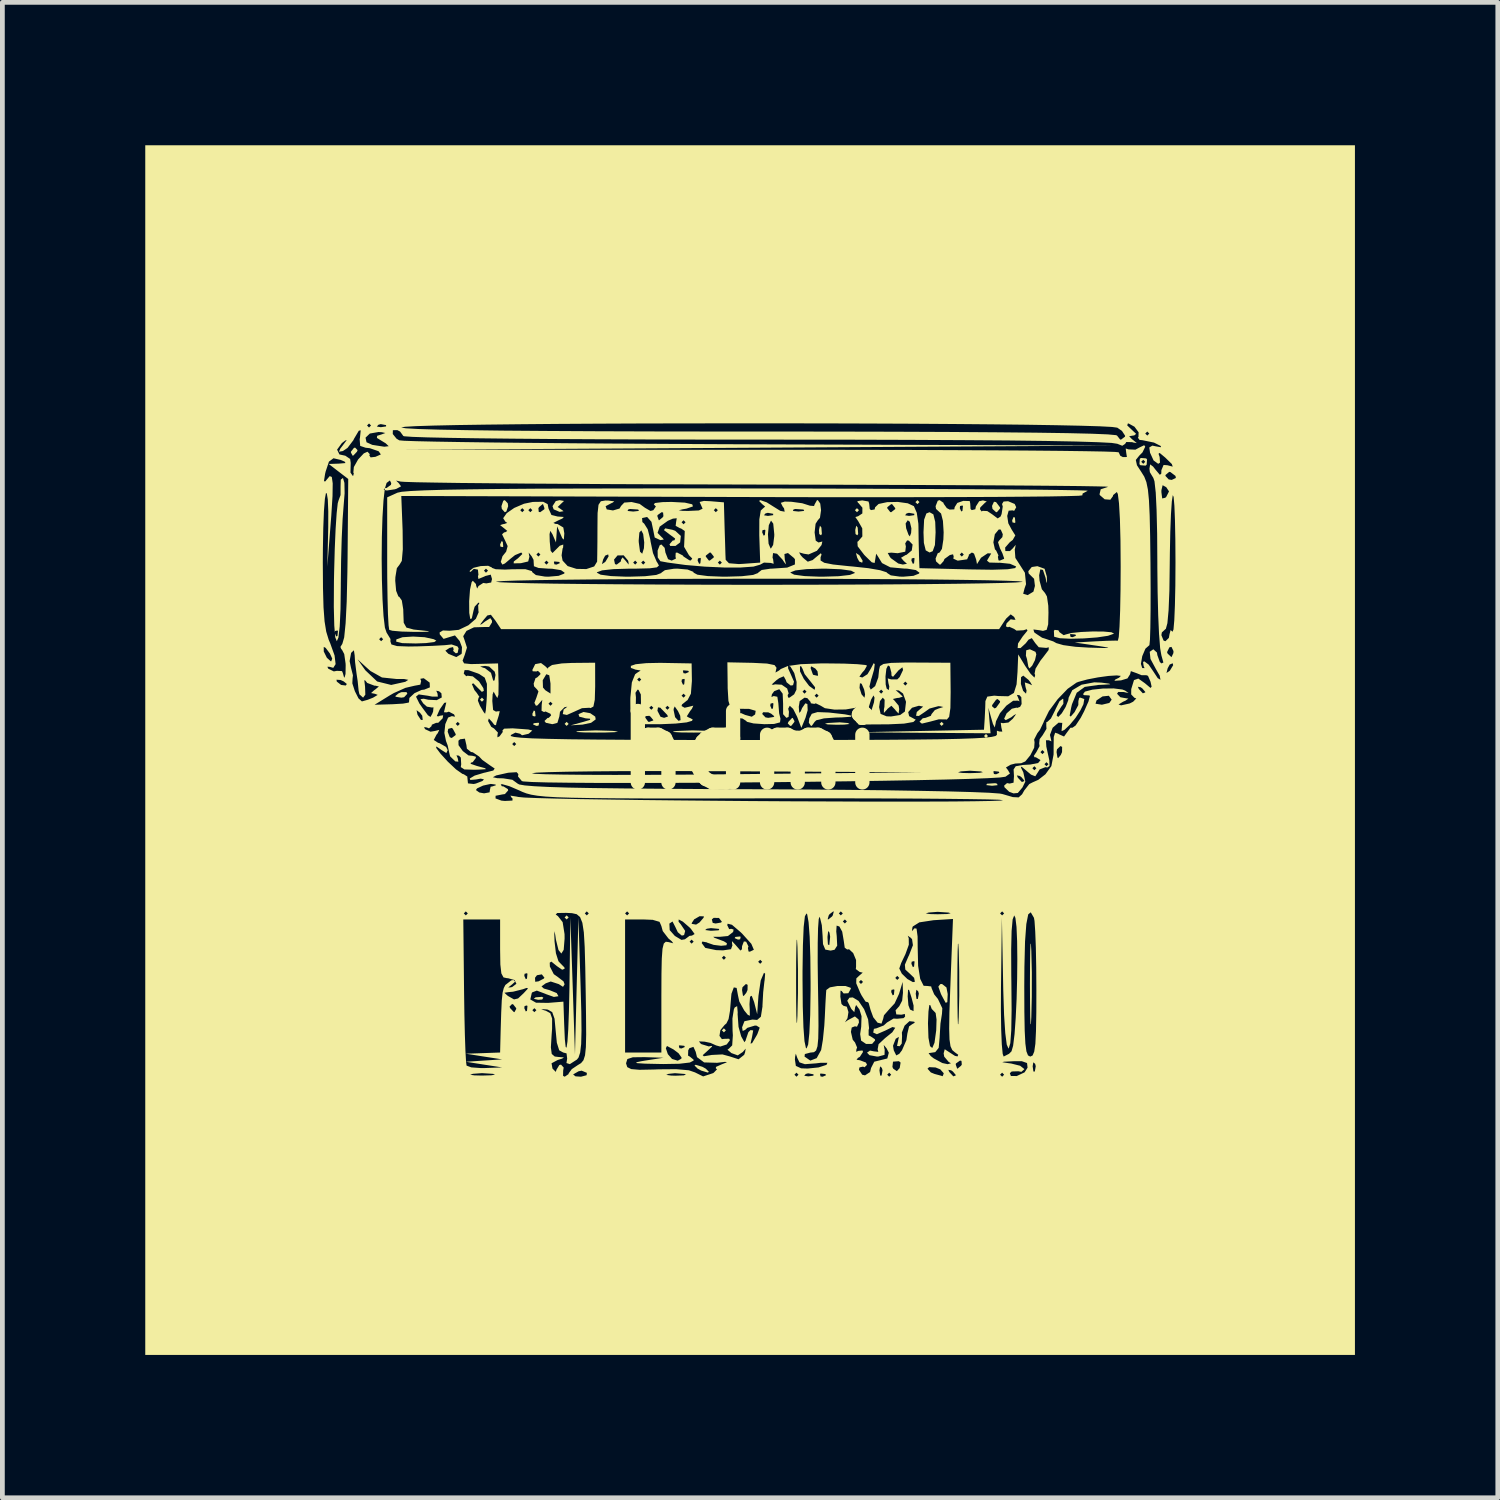
<source format=kicad_pcb>
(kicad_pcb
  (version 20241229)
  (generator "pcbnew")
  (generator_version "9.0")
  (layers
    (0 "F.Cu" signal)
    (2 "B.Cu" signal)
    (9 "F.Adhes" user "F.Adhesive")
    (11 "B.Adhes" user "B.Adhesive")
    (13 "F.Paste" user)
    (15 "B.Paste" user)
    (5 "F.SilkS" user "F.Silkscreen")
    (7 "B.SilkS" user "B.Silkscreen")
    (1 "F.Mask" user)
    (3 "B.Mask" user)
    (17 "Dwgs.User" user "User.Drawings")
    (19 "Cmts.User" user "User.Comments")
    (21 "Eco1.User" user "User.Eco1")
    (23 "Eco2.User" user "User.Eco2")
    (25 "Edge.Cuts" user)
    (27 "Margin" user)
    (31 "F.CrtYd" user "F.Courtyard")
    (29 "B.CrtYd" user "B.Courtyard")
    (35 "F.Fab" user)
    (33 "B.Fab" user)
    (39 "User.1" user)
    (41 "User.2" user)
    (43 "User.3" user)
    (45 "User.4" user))
  (footprint "hdmi"
    (layer "F.Cu")
    (at 12.7 12.7)
    (property "Reference" "hdmi" (at 0 0 0) (layer "F.SilkS") (effects (font (size 1.5 1.5) (thickness 0.3))))
    (attr board_only exclude_from_pos_files exclude_from_bom)
    (fp_poly (pts (xy -5.588 -1.058) (xy -5.63 -1.016) (xy -5.673 -1.058) (xy -5.63 -1.101)) (stroke (width 0) (type solid)) (fill yes) (layer "F.SilkS"))
    (fp_poly (pts (xy -3.81 -0.55) (xy -3.852 -0.508) (xy -3.895 -0.55) (xy -3.852 -0.593)) (stroke (width 0) (type solid)) (fill yes) (layer "F.SilkS"))
    (fp_poly (pts (xy -3.81 3.514) (xy -3.852 3.556) (xy -3.895 3.514) (xy -3.852 3.471)) (stroke (width 0) (type solid)) (fill yes) (layer "F.SilkS"))
    (fp_poly (pts (xy -0.508 5.884) (xy -0.55 5.927) (xy -0.593 5.884) (xy -0.55 5.842)) (stroke (width 0) (type solid)) (fill yes) (layer "F.SilkS"))
    (fp_poly (pts (xy 2.286 -5.038) (xy 2.244 -4.995) (xy 2.201 -5.038) (xy 2.244 -5.08)) (stroke (width 0) (type solid)) (fill yes) (layer "F.SilkS"))
    (fp_poly (pts (xy 3.556 -5.207) (xy 3.514 -5.165) (xy 3.471 -5.207) (xy 3.514 -5.249)) (stroke (width 0) (type solid)) (fill yes) (layer "F.SilkS"))
    (fp_poly (pts (xy 4.064 -0.55) (xy 4.022 -0.508) (xy 3.979 -0.55) (xy 4.022 -0.593)) (stroke (width 0) (type solid)) (fill yes) (layer "F.SilkS"))
    (fp_poly (pts (xy 4.995 -0.296) (xy 4.953 -0.254) (xy 4.911 -0.296) (xy 4.953 -0.339)) (stroke (width 0) (type solid)) (fill yes) (layer "F.SilkS"))
    (fp_poly (pts (xy -5.193 -4.374) (xy -5.183 -4.274) (xy -5.193 -4.262) (xy -5.243 -4.273) (xy -5.249 -4.318) (xy -5.218 -4.388)) (stroke (width 0) (type solid)) (fill yes) (layer "F.SilkS"))
    (fp_poly (pts (xy -4.516 -0.818) (xy -4.505 -0.718) (xy -4.516 -0.706) (xy -4.566 -0.717) (xy -4.572 -0.762) (xy -4.541 -0.832)) (stroke (width 0) (type solid)) (fill yes) (layer "F.SilkS"))
    (fp_poly (pts (xy -4.431 -0.564) (xy -4.443 -0.514) (xy -4.487 -0.508) (xy -4.557 -0.539) (xy -4.544 -0.564) (xy -4.443 -0.575)) (stroke (width 0) (type solid)) (fill yes) (layer "F.SilkS"))
    (fp_poly (pts (xy -4.341 5.198) (xy -4.366 5.237) (xy -4.452 5.243) (xy -4.542 5.222) (xy -4.503 5.191) (xy -4.371 5.181)) (stroke (width 0) (type solid)) (fill yes) (layer "F.SilkS"))
    (fp_poly (pts (xy -0.277 -0.559) (xy -0.302 -0.521) (xy -0.388 -0.515) (xy -0.478 -0.535) (xy -0.439 -0.566) (xy -0.307 -0.576)) (stroke (width 0) (type solid)) (fill yes) (layer "F.SilkS"))
    (fp_poly (pts (xy -0.198 3.923) (xy -0.209 3.973) (xy -0.254 3.979) (xy -0.324 3.948) (xy -0.31 3.923) (xy -0.21 3.913)) (stroke (width 0) (type solid)) (fill yes) (layer "F.SilkS"))
    (fp_poly (pts (xy 1.497 -4.673) (xy 1.507 -4.54) (xy 1.49 -4.51) (xy 1.452 -4.536) (xy 1.446 -4.621) (xy 1.467 -4.712)) (stroke (width 0) (type solid)) (fill yes) (layer "F.SilkS"))
    (fp_poly (pts (xy 2.259 -4.673) (xy 2.269 -4.54) (xy 2.252 -4.51) (xy 2.214 -4.536) (xy 2.208 -4.621) (xy 2.229 -4.712)) (stroke (width 0) (type solid)) (fill yes) (layer "F.SilkS"))
    (fp_poly (pts (xy 5.186 0.706) (xy 5.196 0.737) (xy 5.08 0.749) (xy 4.96 0.735) (xy 4.974 0.706) (xy 5.148 0.695)) (stroke (width 0) (type solid)) (fill yes) (layer "F.SilkS"))
    (fp_poly (pts (xy 5.56 -4.882) (xy 5.57 -4.782) (xy 5.56 -4.77) (xy 5.509 -4.781) (xy 5.503 -4.826) (xy 5.534 -4.896)) (stroke (width 0) (type solid)) (fill yes) (layer "F.SilkS"))
    (fp_poly (pts (xy 2.285 -4.098) (xy 2.297 -4.087) (xy 2.363 -3.976) (xy 2.354 -3.935) (xy 2.291 -3.96) (xy 2.249 -4.039) (xy 2.223 -4.138)) (stroke (width 0) (type solid)) (fill yes) (layer "F.SilkS"))
    (fp_poly (pts (xy -8.242 -6.298) (xy -8.255 -6.265) (xy -8.331 -6.185) (xy -8.345 -6.181) (xy -8.381 -6.246) (xy -8.382 -6.265) (xy -8.317 -6.347) (xy -8.292 -6.35)) (stroke (width 0) (type solid)) (fill yes) (layer "F.SilkS"))
    (fp_poly (pts (xy -7.197 -1.183) (xy -7.265 -1.11) (xy -7.324 -1.101) (xy -7.437 -1.119) (xy -7.451 -1.134) (xy -7.384 -1.189) (xy -7.324 -1.216) (xy -7.215 -1.218)) (stroke (width 0) (type solid)) (fill yes) (layer "F.SilkS"))
    (fp_poly (pts (xy -5.088 -5.181) (xy -5.08 -5.122) (xy -5.118 -5.01) (xy -5.151 -4.995) (xy -5.213 -5.064) (xy -5.221 -5.122) (xy -5.183 -5.235) (xy -5.151 -5.249)) (stroke (width 0) (type solid)) (fill yes) (layer "F.SilkS"))
    (fp_poly (pts (xy -1.004 6.649) (xy -0.931 6.689) (xy -0.864 6.756) (xy -0.889 6.771) (xy -1.028 6.729) (xy -1.101 6.689) (xy -1.168 6.622) (xy -1.143 6.607)) (stroke (width 0) (type solid)) (fill yes) (layer "F.SilkS"))
    (fp_poly (pts (xy 0.93 -0.612) (xy 0.931 -0.593) (xy 0.866 -0.511) (xy 0.842 -0.508) (xy 0.791 -0.56) (xy 0.804 -0.593) (xy 0.88 -0.673) (xy 0.894 -0.677)) (stroke (width 0) (type solid)) (fill yes) (layer "F.SilkS"))
    (fp_poly (pts (xy 2.054 -0.568) (xy 2.088 -0.548) (xy 1.977 -0.535) (xy 1.82 -0.532) (xy 1.628 -0.539) (xy 1.572 -0.554) (xy 1.631 -0.569) (xy 1.881 -0.583)) (stroke (width 0) (type solid)) (fill yes) (layer "F.SilkS"))
    (fp_poly (pts (xy 5.165 -5.207) (xy 5.246 -5.099) (xy 5.249 -5.075) (xy 5.185 -4.998) (xy 5.165 -4.995) (xy 5.09 -5.064) (xy 5.08 -5.127) (xy 5.121 -5.215)) (stroke (width 0) (type solid)) (fill yes) (layer "F.SilkS"))
    (fp_poly (pts (xy 4.123 4.984) (xy 4.149 5.122) (xy 4.141 5.293) (xy 4.106 5.306) (xy 4.028 5.162) (xy 4.008 5.122) (xy 3.953 4.967) (xy 3.993 4.914) (xy 4.03 4.911)) (stroke (width 0) (type solid)) (fill yes) (layer "F.SilkS"))
    (fp_poly (pts (xy -3.907 -5.231) (xy -3.968 -5.174) (xy -4.041 -5.104) (xy -3.968 -5.055) (xy -3.917 -5.016) (xy -4 -5.002) (xy -4.125 -5.055) (xy -4.149 -5.122) (xy -4.08 -5.229) (xy -4 -5.248)) (stroke (width 0) (type solid)) (fill yes) (layer "F.SilkS"))
    (fp_poly (pts (xy 5.993 -2.063) (xy 6.01 -2.011) (xy 5.982 -1.889) (xy 5.922 -1.772) (xy 5.865 -1.714) (xy 5.843 -1.75) (xy 5.813 -1.914) (xy 5.791 -1.983) (xy 5.798 -2.096) (xy 5.875 -2.117)) (stroke (width 0) (type solid)) (fill yes) (layer "F.SilkS"))
    (fp_poly (pts (xy -6.833 -2.37) (xy -6.642 -2.328) (xy -6.588 -2.298) (xy -6.632 -2.269) (xy -6.806 -2.247) (xy -7.021 -2.239) (xy -7.304 -2.246) (xy -7.432 -2.278) (xy -7.427 -2.325) (xy -7.298 -2.37) (xy -7.076 -2.384)) (stroke (width 0) (type solid)) (fill yes) (layer "F.SilkS"))
    (fp_poly (pts (xy -2.893 -0.404) (xy -2.857 -0.401) (xy -2.773 -0.387) (xy -2.841 -0.376) (xy -3.046 -0.369) (xy -3.217 -0.368) (xy -3.492 -0.371) (xy -3.64 -0.38) (xy -3.645 -0.392) (xy -3.577 -0.401) (xy -3.24 -0.414)) (stroke (width 0) (type solid)) (fill yes) (layer "F.SilkS"))
    (fp_poly (pts (xy -0.861 -0.404) (xy -0.826 -0.401) (xy -0.741 -0.387) (xy -0.809 -0.376) (xy -1.014 -0.369) (xy -1.185 -0.368) (xy -1.46 -0.371) (xy -1.608 -0.38) (xy -1.613 -0.392) (xy -1.545 -0.401) (xy -1.208 -0.414)) (stroke (width 0) (type solid)) (fill yes) (layer "F.SilkS"))
    (fp_poly (pts (xy 1.171 -0.404) (xy 1.206 -0.401) (xy 1.291 -0.387) (xy 1.223 -0.376) (xy 1.018 -0.369) (xy 0.847 -0.368) (xy 0.572 -0.371) (xy 0.424 -0.38) (xy 0.419 -0.392) (xy 0.487 -0.401) (xy 0.824 -0.414)) (stroke (width 0) (type solid)) (fill yes) (layer "F.SilkS"))
    (fp_poly (pts (xy 3.848 -4.95) (xy 3.887 -4.793) (xy 3.895 -4.572) (xy 3.881 -4.306) (xy 3.834 -4.176) (xy 3.768 -4.149) (xy 3.688 -4.194) (xy 3.649 -4.351) (xy 3.641 -4.572) (xy 3.654 -4.838) (xy 3.701 -4.968) (xy 3.768 -4.995)) (stroke (width 0) (type solid)) (fill yes) (layer "F.SilkS"))
    (fp_poly (pts (xy -3.357 -0.775) (xy -3.252 -0.703) (xy -3.242 -0.645) (xy -3.339 -0.573) (xy -3.52 -0.535) (xy -3.768 -0.52) (xy -3.514 -0.589) (xy -3.359 -0.636) (xy -3.36 -0.659) (xy -3.455 -0.667) (xy -3.587 -0.702) (xy -3.603 -0.754) (xy -3.501 -0.8)) (stroke (width 0) (type solid)) (fill yes) (layer "F.SilkS"))
    (fp_poly (pts (xy 5.905 4.212) (xy 5.916 4.669) (xy 5.915 5.18) (xy 5.905 5.609) (xy 5.896 5.758) (xy 5.888 5.75) (xy 5.882 5.596) (xy 5.878 5.308) (xy 5.876 4.911) (xy 5.878 4.504) (xy 5.882 4.22) (xy 5.888 4.07) (xy 5.896 4.065)) (stroke (width 0) (type solid)) (fill yes) (layer "F.SilkS"))
    (fp_poly (pts (xy -1.631 -4.626) (xy -1.573 -4.605) (xy -1.454 -4.497) (xy -1.469 -4.361) (xy -1.566 -4.287) (xy -1.675 -4.286) (xy -1.693 -4.321) (xy -1.626 -4.399) (xy -1.587 -4.406) (xy -1.574 -4.442) (xy -1.685 -4.525) (xy -1.693 -4.53) (xy -1.809 -4.619) (xy -1.782 -4.656)) (stroke (width 0) (type solid)) (fill yes) (layer "F.SilkS"))
    (fp_poly (pts (xy 8.316 -6.125) (xy 8.335 -6.103) (xy 8.327 -5.993) (xy 8.305 -5.973) (xy 8.194 -5.982) (xy 8.175 -6.004) (xy 8.179 -6.054) (xy 8.213 -6.054) (xy 8.255 -6.011) (xy 8.297 -6.054) (xy 8.255 -6.096) (xy 8.213 -6.054) (xy 8.179 -6.054) (xy 8.183 -6.115) (xy 8.205 -6.134)) (stroke (width 0) (type solid)) (fill yes) (layer "F.SilkS"))
    (fp_poly (pts (xy 1.65 -0.789) (xy 1.679 -0.786) (xy 1.99 -0.751) (xy 2.136 -0.722) (xy 2.116 -0.7) (xy 1.928 -0.687) (xy 1.799 -0.684) (xy 1.551 -0.666) (xy 1.389 -0.626) (xy 1.355 -0.593) (xy 1.296 -0.51) (xy 1.278 -0.508) (xy 1.233 -0.575) (xy 1.243 -0.666) (xy 1.295 -0.762) (xy 1.415 -0.798)) (stroke (width 0) (type solid)) (fill yes) (layer "F.SilkS"))
    (fp_poly (pts (xy 2.276 5.266) (xy 2.394 5.441) (xy 2.478 5.654) (xy 2.498 5.841) (xy 2.489 5.877) (xy 2.489 5.99) (xy 2.531 6.011) (xy 2.62 6.071) (xy 2.625 6.096) (xy 2.562 6.169) (xy 2.435 6.17) (xy 2.331 6.1) (xy 2.311 5.963) (xy 2.333 5.81) (xy 2.34 5.587) (xy 2.296 5.446) (xy 2.226 5.352) (xy 2.203 5.409) (xy 2.203 5.419) (xy 2.188 5.503) (xy 2.13 5.44) (xy 2.117 5.419) (xy 2.04 5.263) (xy 2.086 5.199) (xy 2.156 5.193)) (stroke (width 0) (type solid)) (fill yes) (layer "F.SilkS"))
    (fp_poly (pts (xy 6.473 -2.516) (xy 6.496 -2.476) (xy 6.584 -2.413) (xy 6.626 -2.427) (xy 6.717 -2.427) (xy 6.729 -2.377) (xy 6.773 -2.371) (xy 6.843 -2.402) (xy 6.83 -2.427) (xy 6.729 -2.437) (xy 6.717 -2.427) (xy 6.626 -2.427) (xy 6.628 -2.428) (xy 6.747 -2.459) (xy 6.952 -2.48) (xy 7.195 -2.491) (xy 7.423 -2.489) (xy 7.588 -2.474) (xy 7.64 -2.447) (xy 7.637 -2.443) (xy 7.515 -2.4) (xy 7.287 -2.366) (xy 7.006 -2.345) (xy 6.727 -2.338) (xy 6.503 -2.349) (xy 6.388 -2.379) (xy 6.384 -2.383) (xy 6.379 -2.503) (xy 6.395 -2.524)) (stroke (width 0) (type solid)) (fill yes) (layer "F.SilkS"))
    (fp_poly (pts (xy -8.518 -5.611) (xy -8.514 -5.391) (xy -8.534 -5.141) (xy -8.556 -4.852) (xy -8.575 -4.446) (xy -8.588 -3.975) (xy -8.594 -3.491) (xy -8.594 -3.45) (xy -8.6 -2.961) (xy -8.617 -2.594) (xy -8.644 -2.363) (xy -8.678 -2.286) (xy -8.711 -2.369) (xy -8.717 -2.448) (xy -8.69 -2.386) (xy -8.664 -2.399) (xy -8.654 -2.499) (xy -8.664 -2.512) (xy -8.715 -2.5) (xy -8.719 -2.468) (xy -8.731 -2.613) (xy -8.741 -3.009) (xy -8.738 -3.548) (xy -8.734 -3.746) (xy -8.721 -4.226) (xy -8.703 -4.644) (xy -8.681 -4.973) (xy -8.658 -5.184) (xy -8.639 -5.249) (xy -8.599 -5.355) (xy -8.599 -5.526) (xy -8.595 -5.678) (xy -8.549 -5.714)) (stroke (width 0) (type solid)) (fill yes) (layer "F.SilkS"))
    (fp_poly (pts (xy 0.025 -5.494) (xy 1.11 -5.492) (xy 2.142 -5.489) (xy 3.109 -5.485) (xy 3.999 -5.481) (xy 4.801 -5.477) (xy 5.502 -5.472) (xy 6.09 -5.467) (xy 6.554 -5.461) (xy 6.881 -5.455) (xy 7.06 -5.449) (xy 7.09 -5.445) (xy 6.982 -5.387) (xy 6.976 -5.349) (xy 6.899 -5.34) (xy 6.664 -5.333) (xy 6.285 -5.326) (xy 5.774 -5.321) (xy 5.141 -5.316) (xy 4.401 -5.313) (xy 3.565 -5.311) (xy 2.645 -5.31) (xy 1.654 -5.31) (xy 0.604 -5.312) (xy -0.156 -5.314) (xy -7.324 -5.336) (xy -7.296 -4.615) (xy -7.292 -4.215) (xy -7.313 -3.973) (xy -7.36 -3.895) (xy -7.417 -3.82) (xy -7.448 -3.632) (xy -7.451 -3.556) (xy -7.432 -3.344) (xy -7.385 -3.226) (xy -7.366 -3.217) (xy -7.313 -3.142) (xy -7.283 -2.955) (xy -7.281 -2.884) (xy -7.273 -2.674) (xy -7.216 -2.572) (xy -7.063 -2.531) (xy -6.921 -2.516) (xy -6.757 -2.498) (xy -6.746 -2.487) (xy -6.895 -2.482) (xy -7.047 -2.482) (xy -7.318 -2.489) (xy -7.512 -2.506) (xy -7.577 -2.525) (xy -7.591 -2.62) (xy -7.604 -2.855) (xy -7.613 -3.201) (xy -7.619 -3.627) (xy -7.62 -3.938) (xy -7.62 -5.307) (xy -7.404 -5.405) (xy -7.314 -5.424) (xy -7.126 -5.44) (xy -6.832 -5.454) (xy -6.426 -5.466) (xy -5.901 -5.475) (xy -5.248 -5.483) (xy -4.462 -5.489) (xy -3.534 -5.492) (xy -2.458 -5.494) (xy -1.226 -5.495)) (stroke (width 0) (type solid)) (fill yes) (layer "F.SilkS"))
    (fp_poly (pts (xy -3.253 -1.339) (xy -3.261 -1.057) (xy -3.29 -0.915) (xy -3.349 -0.882) (xy -3.374 -0.889) (xy -3.53 -0.88) (xy -3.691 -0.807) (xy -3.847 -0.738) (xy -3.933 -0.756) (xy -3.915 -0.853) (xy -3.874 -0.882) (xy -3.837 -0.911) (xy -3.895 -0.901) (xy -3.992 -0.804) (xy -4.005 -0.707) (xy -4.046 -0.572) (xy -4.153 -0.544) (xy -4.288 -0.573) (xy -4.318 -0.611) (xy -4.252 -0.675) (xy -4.228 -0.677) (xy -4.178 -0.729) (xy -4.192 -0.763) (xy -4.295 -0.811) (xy -4.327 -0.799) (xy -4.379 -0.826) (xy -4.376 -0.945) (xy -4.373 -0.974) (xy -4.233 -0.974) (xy -4.191 -0.931) (xy -4.149 -0.974) (xy -4.191 -1.016) (xy -4.233 -0.974) (xy -4.373 -0.974) (xy -4.363 -1.056) (xy -4.379 -1.037) (xy -4.464 -0.939) (xy -4.497 -0.931) (xy -4.529 -0.992) (xy -4.487 -1.101) (xy -4.444 -1.231) (xy -4.47 -1.27) (xy -4.536 -1.339) (xy -4.544 -1.397) (xy -4.52 -1.467) (xy -4.354 -1.467) (xy -4.349 -1.314) (xy -4.3 -1.257) (xy -4.203 -1.195) (xy -4.191 -1.187) (xy -4.191 -1.258) (xy -4.191 -1.397) (xy -4.217 -1.571) (xy -4.279 -1.593) (xy -4.354 -1.467) (xy -4.52 -1.467) (xy -4.506 -1.51) (xy -4.473 -1.524) (xy -4.405 -1.589) (xy -4.403 -1.614) (xy -4.455 -1.664) (xy -4.487 -1.651) (xy -4.565 -1.655) (xy -4.572 -1.683) (xy -4.512 -1.805) (xy -4.39 -1.828) (xy -4.31 -1.768) (xy -4.247 -1.71) (xy -4.235 -1.738) (xy -4.157 -1.787) (xy -3.953 -1.82) (xy -3.744 -1.83) (xy -3.254 -1.835)) (stroke (width 0) (type solid)) (fill yes) (layer "F.SilkS"))
    (fp_poly (pts (xy 7.373 -1.417) (xy 7.542 -1.395) (xy 7.562 -1.382) (xy 7.423 -1.373) (xy 7.313 -1.368) (xy 7.027 -1.327) (xy 6.858 -1.204) (xy 6.758 -0.961) (xy 6.741 -0.889) (xy 6.71 -0.723) (xy 6.733 -0.704) (xy 6.812 -0.796) (xy 6.892 -0.946) (xy 6.893 -1.028) (xy 6.91 -1.097) (xy 6.938 -1.101) (xy 7.017 -1.072) (xy 6.999 -0.963) (xy 6.936 -0.835) (xy 6.834 -0.677) (xy 6.712 -0.53) (xy 6.603 -0.427) (xy 6.54 -0.398) (xy 6.544 -0.451) (xy 6.555 -0.571) (xy 6.476 -0.576) (xy 6.353 -0.469) (xy 6.296 -0.319) (xy 6.313 -0.245) (xy 6.327 -0.183) (xy 6.275 -0.206) (xy 6.212 -0.207) (xy 6.22 -0.074) (xy 6.23 -0.028) (xy 6.283 0.215) (xy 6.288 0.334) (xy 6.243 0.365) (xy 6.199 0.359) (xy 6.08 0.406) (xy 6.041 0.469) (xy 5.988 0.55) (xy 5.899 0.515) (xy 5.819 0.448) (xy 5.74 0.381) (xy 5.927 0.381) (xy 5.969 0.423) (xy 6.011 0.381) (xy 5.969 0.339) (xy 5.927 0.381) (xy 5.74 0.381) (xy 5.7 0.348) (xy 5.687 0.365) (xy 5.737 0.467) (xy 5.779 0.66) (xy 5.719 0.784) (xy 5.622 0.9) (xy 5.531 0.909) (xy 5.44 0.875) (xy 5.342 0.781) (xy 5.334 0.746) (xy 5.395 0.693) (xy 5.449 0.703) (xy 5.532 0.684) (xy 5.541 0.543) (xy 5.54 0.532) (xy 5.602 0.532) (xy 5.622 0.58) (xy 5.707 0.67) (xy 5.757 0.652) (xy 5.757 0.64) (xy 5.697 0.568) (xy 5.66 0.542) (xy 5.602 0.532) (xy 5.54 0.532) (xy 5.533 0.406) (xy 5.578 0.339) (xy 5.721 0.313) (xy 5.884 0.303) (xy 5.921 0.296) (xy 6.181 0.296) (xy 6.223 0.339) (xy 6.265 0.296) (xy 6.223 0.254) (xy 6.181 0.296) (xy 5.921 0.296) (xy 6.048 0.271) (xy 6.097 0.212) (xy 6.096 0.209) (xy 5.998 0.149) (xy 5.976 0.153) (xy 5.957 0.122) (xy 6.009 0.045) (xy 6.011 0.042) (xy 6.096 0.042) (xy 6.138 0.085) (xy 6.181 0.042) (xy 6.138 0) (xy 6.096 0.042) (xy 6.011 0.042) (xy 6.078 -0.084) (xy 6.07 -0.139) (xy 6.08 -0.23) (xy 6.143 -0.313) (xy 6.223 -0.446) (xy 6.219 -0.515) (xy 6.221 -0.588) (xy 6.242 -0.593) (xy 6.316 -0.663) (xy 6.405 -0.837) (xy 6.415 -0.862) (xy 6.497 -1.026) (xy 6.567 -1.078) (xy 6.576 -1.073) (xy 6.578 -0.972) (xy 6.535 -0.913) (xy 6.448 -0.776) (xy 6.437 -0.724) (xy 6.471 -0.696) (xy 6.544 -0.772) (xy 6.625 -0.905) (xy 6.68 -1.045) (xy 6.689 -1.103) (xy 6.765 -1.258) (xy 6.96 -1.373) (xy 7.227 -1.423)) (stroke (width 0) (type solid)) (fill yes) (layer "F.SilkS"))
    (fp_poly (pts (xy -1.843 -1.831) (xy -1.228 -1.82) (xy -1.222 -1.452) (xy -1.243 -1.184) (xy -1.314 -1.048) (xy -1.327 -1.041) (xy -1.43 -0.958) (xy -1.439 -0.925) (xy -1.375 -0.889) (xy -1.291 -0.908) (xy -1.192 -0.933) (xy -1.221 -0.869) (xy -1.259 -0.82) (xy -1.329 -0.709) (xy -1.276 -0.677) (xy -1.266 -0.677) (xy -1.204 -0.642) (xy -1.221 -0.614) (xy -1.331 -0.582) (xy -1.563 -0.557) (xy -1.869 -0.544) (xy -1.904 -0.543) (xy -2.218 -0.544) (xy -2.39 -0.558) (xy -2.444 -0.592) (xy -2.408 -0.652) (xy -2.405 -0.655) (xy -2.39 -0.682) (xy -2.201 -0.682) (xy -2.14 -0.596) (xy -2.117 -0.593) (xy -2.034 -0.622) (xy -2.032 -0.63) (xy -2.091 -0.702) (xy -2.117 -0.72) (xy -2.195 -0.713) (xy -2.201 -0.682) (xy -2.39 -0.682) (xy -2.329 -0.796) (xy -2.323 -0.826) (xy -1.946 -0.826) (xy -1.881 -0.7) (xy -1.806 -0.677) (xy -1.723 -0.706) (xy -1.742 -0.741) (xy -1.837 -0.84) (xy -1.606 -0.84) (xy -1.575 -0.691) (xy -1.504 -0.615) (xy -1.46 -0.629) (xy -1.467 -0.72) (xy -1.514 -0.819) (xy -1.583 -0.917) (xy -1.605 -0.866) (xy -1.606 -0.84) (xy -1.837 -0.84) (xy -1.866 -0.869) (xy -1.882 -0.889) (xy -1.778 -0.889) (xy -1.736 -0.847) (xy -1.693 -0.889) (xy -1.736 -0.931) (xy -1.778 -0.889) (xy -1.882 -0.889) (xy -1.934 -0.897) (xy -1.946 -0.826) (xy -2.323 -0.826) (xy -2.311 -0.889) (xy -2.117 -0.889) (xy -2.074 -0.847) (xy -2.032 -0.889) (xy -2.074 -0.931) (xy -2.117 -0.889) (xy -2.311 -0.889) (xy -2.291 -0.988) (xy -2.294 -1.143) (xy -1.439 -1.143) (xy -1.397 -1.101) (xy -1.355 -1.143) (xy -1.397 -1.185) (xy -1.439 -1.143) (xy -2.294 -1.143) (xy -2.294 -1.167) (xy -2.343 -1.265) (xy -2.363 -1.27) (xy -2.407 -1.203) (xy -2.397 -1.108) (xy -2.401 -0.899) (xy -2.441 -0.79) (xy -2.49 -0.738) (xy -2.513 -0.817) (xy -2.515 -1.044) (xy -2.514 -1.101) (xy -2.483 -1.42) (xy -2.459 -1.482) (xy -2.371 -1.482) (xy -2.328 -1.439) (xy -1.439 -1.439) (xy -1.408 -1.37) (xy -1.383 -1.383) (xy -1.373 -1.483) (xy -1.383 -1.496) (xy -1.433 -1.484) (xy -1.439 -1.439) (xy -2.328 -1.439) (xy -2.286 -1.482) (xy -2.328 -1.524) (xy -2.371 -1.482) (xy -2.459 -1.482) (xy -2.414 -1.592) (xy -2.372 -1.624) (xy -2.307 -1.665) (xy -1.411 -1.665) (xy -1.399 -1.615) (xy -1.355 -1.609) (xy -1.285 -1.64) (xy -1.298 -1.665) (xy -1.399 -1.675) (xy -1.411 -1.665) (xy -2.307 -1.665) (xy -2.299 -1.671) (xy -2.387 -1.687) (xy -2.397 -1.687) (xy -2.503 -1.725) (xy -2.504 -1.768) (xy -2.402 -1.803) (xy -2.178 -1.826) (xy -1.877 -1.832)) (stroke (width 0) (type solid)) (fill yes) (layer "F.SilkS"))
    (fp_poly (pts (xy 0.059 -1.832) (xy 0.356 -1.817) (xy 0.513 -1.785) (xy 0.555 -1.728) (xy 0.549 -1.703) (xy 0.533 -1.628) (xy 0.606 -1.67) (xy 0.646 -1.703) (xy 0.794 -1.766) (xy 0.798 -1.766) (xy 0.798 -1.716) (xy 0.844 -1.614) (xy 0.922 -1.437) (xy 0.902 -1.363) (xy 0.853 -1.355) (xy 0.767 -1.423) (xy 0.747 -1.476) (xy 0.706 -1.55) (xy 0.61 -1.509) (xy 0.55 -1.465) (xy 0.453 -1.377) (xy 0.494 -1.371) (xy 0.523 -1.381) (xy 0.663 -1.373) (xy 0.778 -1.294) (xy 0.81 -1.19) (xy 0.789 -1.156) (xy 0.797 -1.104) (xy 0.827 -1.101) (xy 0.886 -1.143) (xy 1.355 -1.143) (xy 1.397 -1.101) (xy 1.439 -1.143) (xy 1.397 -1.185) (xy 1.355 -1.143) (xy 0.886 -1.143) (xy 0.925 -1.171) (xy 0.953 -1.228) (xy 1.101 -1.228) (xy 1.143 -1.185) (xy 1.185 -1.228) (xy 1.143 -1.27) (xy 1.101 -1.228) (xy 0.953 -1.228) (xy 0.973 -1.267) (xy 0.977 -1.431) (xy 0.927 -1.618) (xy 0.848 -1.752) (xy 1.047 -1.752) (xy 1.049 -1.653) (xy 1.128 -1.496) (xy 1.24 -1.348) (xy 1.346 -1.271) (xy 1.357 -1.27) (xy 1.363 -1.306) (xy 2.298 -1.306) (xy 2.34 -1.171) (xy 2.401 -1.101) (xy 2.402 -1.101) (xy 2.414 -1.169) (xy 2.403 -1.228) (xy 2.709 -1.228) (xy 2.752 -1.185) (xy 2.794 -1.228) (xy 2.752 -1.27) (xy 2.709 -1.228) (xy 2.403 -1.228) (xy 2.394 -1.273) (xy 2.342 -1.393) (xy 2.307 -1.404) (xy 2.298 -1.306) (xy 1.363 -1.306) (xy 1.365 -1.319) (xy 1.271 -1.438) (xy 1.27 -1.439) (xy 1.145 -1.596) (xy 1.101 -1.707) (xy 1.091 -1.724) (xy 1.27 -1.724) (xy 1.318 -1.59) (xy 1.326 -1.58) (xy 1.417 -1.56) (xy 1.427 -1.568) (xy 1.415 -1.655) (xy 1.37 -1.712) (xy 1.285 -1.759) (xy 1.27 -1.724) (xy 1.091 -1.724) (xy 1.068 -1.766) (xy 1.047 -1.752) (xy 0.848 -1.752) (xy 0.847 -1.753) (xy 0.816 -1.769) (xy 1.066 -1.804) (xy 1.483 -1.82) (xy 1.622 -1.82) (xy 1.974 -1.816) (xy 2.253 -1.804) (xy 2.422 -1.787) (xy 2.455 -1.774) (xy 2.403 -1.681) (xy 2.354 -1.626) (xy 2.295 -1.542) (xy 2.356 -1.524) (xy 2.465 -1.594) (xy 2.537 -1.714) (xy 2.595 -1.825) (xy 2.617 -1.805) (xy 2.603 -1.69) (xy 2.552 -1.514) (xy 2.542 -1.487) (xy 2.505 -1.331) (xy 2.533 -1.27) (xy 2.626 -1.344) (xy 2.692 -1.526) (xy 2.694 -1.546) (xy 2.843 -1.546) (xy 2.847 -1.377) (xy 2.868 -1.291) (xy 2.912 -1.26) (xy 2.923 -1.336) (xy 2.907 -1.397) (xy 3.217 -1.397) (xy 3.26 -1.355) (xy 3.302 -1.397) (xy 3.26 -1.439) (xy 3.217 -1.397) (xy 2.907 -1.397) (xy 2.904 -1.411) (xy 2.89 -1.506) (xy 2.958 -1.485) (xy 3.091 -1.484) (xy 3.141 -1.534) (xy 3.212 -1.683) (xy 3.198 -1.739) (xy 3.113 -1.671) (xy 3.093 -1.646) (xy 3.001 -1.538) (xy 2.969 -1.565) (xy 2.966 -1.63) (xy 2.932 -1.756) (xy 2.896 -1.778) (xy 2.861 -1.707) (xy 2.843 -1.546) (xy 2.694 -1.546) (xy 2.709 -1.69) (xy 2.727 -1.763) (xy 2.8 -1.808) (xy 2.962 -1.831) (xy 3.244 -1.838) (xy 3.457 -1.838) (xy 4.205 -1.834) (xy 4.211 -1.219) (xy 4.206 -0.885) (xy 4.18 -0.699) (xy 4.131 -0.641) (xy 4.112 -0.644) (xy 3.962 -0.646) (xy 3.782 -0.598) (xy 3.607 -0.556) (xy 3.556 -0.595) (xy 3.625 -0.668) (xy 3.683 -0.677) (xy 3.796 -0.72) (xy 3.81 -0.756) (xy 3.88 -0.841) (xy 3.958 -0.873) (xy 4.058 -0.905) (xy 3.992 -0.919) (xy 3.952 -0.922) (xy 3.769 -0.873) (xy 3.667 -0.8) (xy 3.544 -0.717) (xy 3.485 -0.72) (xy 3.5 -0.8) (xy 3.558 -0.85) (xy 3.634 -0.913) (xy 3.552 -0.93) (xy 3.54 -0.93) (xy 3.4 -0.889) (xy 3.32 -0.798) (xy 3.339 -0.713) (xy 3.372 -0.696) (xy 3.478 -0.638) (xy 3.428 -0.59) (xy 3.232 -0.556) (xy 2.903 -0.541) (xy 2.871 -0.541) (xy 2.271 -0.537) (xy 2.309 -0.762) (xy 2.467 -0.762) (xy 2.489 -0.715) (xy 2.54 -0.804) (xy 2.57 -0.903) (xy 2.709 -0.903) (xy 2.74 -0.76) (xy 2.867 -0.709) (xy 2.96 -0.706) (xy 3.151 -0.737) (xy 3.25 -0.809) (xy 3.274 -1.014) (xy 3.211 -1.188) (xy 3.125 -1.251) (xy 3.057 -1.258) (xy 3.132 -1.194) (xy 3.133 -1.193) (xy 3.206 -1.122) (xy 3.126 -1.097) (xy 3.09 -1.095) (xy 2.998 -1.073) (xy 3.027 -1.045) (xy 3.119 -0.934) (xy 3.131 -0.861) (xy 3.118 -0.767) (xy 3.059 -0.829) (xy 3.047 -0.847) (xy 2.967 -0.931) (xy 2.886 -0.867) (xy 2.871 -0.847) (xy 2.809 -0.78) (xy 2.81 -0.858) (xy 2.821 -0.91) (xy 2.825 -1.057) (xy 2.786 -1.101) (xy 2.727 -1.029) (xy 2.709 -0.903) (xy 2.57 -0.903) (xy 2.601 -1.002) (xy 2.613 -1.101) (xy 2.591 -1.148) (xy 2.54 -1.058) (xy 2.479 -0.861) (xy 2.467 -0.762) (xy 2.309 -0.762) (xy 2.315 -0.797) (xy 2.333 -0.944) (xy 2.32 -0.963) (xy 2.316 -0.953) (xy 2.211 -0.888) (xy 2.007 -0.853) (xy 1.771 -0.85) (xy 1.571 -0.88) (xy 1.481 -0.933) (xy 1.379 -0.982) (xy 1.349 -0.97) (xy 1.275 -0.983) (xy 1.27 -1.011) (xy 1.202 -1.091) (xy 1.143 -1.101) (xy 1.042 -1.029) (xy 1.022 -0.91) (xy 1.032 -0.781) (xy 1.064 -0.814) (xy 1.092 -0.883) (xy 1.16 -0.982) (xy 1.203 -0.968) (xy 1.209 -0.838) (xy 1.163 -0.677) (xy 1.076 -0.466) (xy 0.988 -0.699) (xy 0.904 -0.865) (xy 0.833 -0.931) (xy 0.8 -0.869) (xy 0.816 -0.804) (xy 0.808 -0.696) (xy 0.762 -0.677) (xy 0.693 -0.754) (xy 0.693 -0.974) (xy 0.684 -1.184) (xy 0.613 -1.279) (xy 0.506 -1.237) (xy 0.458 -1.172) (xy 0.448 -1.114) (xy 0.495 -1.135) (xy 0.572 -1.12) (xy 0.593 -0.986) (xy 0.61 -0.773) (xy 0.638 -0.657) (xy 0.628 -0.582) (xy 0.503 -0.549) (xy 0.3 -0.544) (xy 0.071 -0.56) (xy -0.066 -0.594) (xy -0.084 -0.614) (xy -0.158 -0.662) (xy -0.318 -0.683) (xy -0.467 -0.694) (xy -0.46 -0.723) (xy -0.381 -0.757) (xy -0.188 -0.776) (xy -0.102 -0.738) (xy 0.036 -0.701) (xy 0.105 -0.749) (xy 0.107 -0.759) (xy 0.254 -0.759) (xy 0.323 -0.687) (xy 0.381 -0.677) (xy 0.494 -0.695) (xy 0.508 -0.711) (xy 0.442 -0.765) (xy 0.381 -0.793) (xy 0.272 -0.794) (xy 0.254 -0.759) (xy 0.107 -0.759) (xy 0.117 -0.825) (xy -0.023 -0.866) (xy -0.299 -0.867) (xy -0.339 -0.865) (xy -0.414 -0.898) (xy -0.424 -0.931) (xy 0.423 -0.931) (xy 0.454 -0.862) (xy 0.48 -0.875) (xy 0.49 -0.975) (xy 0.48 -0.988) (xy 0.429 -0.976) (xy 0.423 -0.931) (xy -0.424 -0.931) (xy -0.455 -1.033) (xy -0.471 -1.301) (xy -0.471 -1.35) (xy -0.477 -1.843)) (stroke (width 0) (type solid)) (fill yes) (layer "F.SilkS"))
    (fp_poly (pts (xy 12.7 0) (xy 12.7 12.7) (xy 0 12.7) (xy -12.7 12.7) (xy -12.7 6.817) (xy -5.878 6.817) (xy -5.787 6.83) (xy -5.63 6.834) (xy -5.43 6.828) (xy -5.356 6.813) (xy -5.396 6.798) (xy -5.629 6.783) (xy -5.82 6.797) (xy -5.878 6.817) (xy -12.7 6.817) (xy -12.7 6.545) (xy -5.969 6.545) (xy -5.964 6.545) (xy -5.953 6.625) (xy -5.854 6.662) (xy -5.648 6.677) (xy -5.562 6.676) (xy -5.207 6.663) (xy -5.588 6.604) (xy -5.964 6.545) (xy -5.964 6.545) (xy -5.964 6.544) (xy -5.969 6.545) (xy -12.7 6.545) (xy -12.7 3.556) (xy -6.022 3.556) (xy -6.006 5.059) (xy -5.999 5.548) (xy -5.989 5.977) (xy -5.977 6.319) (xy -5.964 6.544) (xy -5.588 6.519) (xy -5.207 6.494) (xy -5.588 6.435) (xy -5.969 6.375) (xy -5.609 6.363) (xy -5.249 6.35) (xy -5.238 5.905) (xy -5.226 5.512) (xy -5.22 5.386) (xy -5.051 5.386) (xy -5.038 5.419) (xy -4.962 5.499) (xy -4.948 5.503) (xy -4.912 5.438) (xy -4.911 5.419) (xy -4.741 5.419) (xy -4.71 5.488) (xy -4.685 5.475) (xy -4.683 5.461) (xy -4.572 5.461) (xy -4.53 5.503) (xy -4.487 5.461) (xy -4.53 5.419) (xy -4.572 5.461) (xy -4.683 5.461) (xy -4.675 5.375) (xy -4.685 5.362) (xy -4.735 5.374) (xy -4.741 5.419) (xy -4.911 5.419) (xy -4.976 5.337) (xy -5 5.334) (xy -5.051 5.386) (xy -5.22 5.386) (xy -5.214 5.253) (xy -5.212 5.236) (xy -4.615 5.236) (xy -4.495 5.304) (xy -4.241 5.308) (xy -3.92 5.282) (xy -3.904 5.748) (xy -3.89 6.071) (xy -3.872 6.235) (xy -3.854 6.248) (xy -3.835 6.12) (xy -3.818 5.862) (xy -3.804 5.482) (xy -3.793 4.991) (xy -3.792 4.904) (xy -3.774 3.514) (xy -3.725 4.953) (xy -3.677 6.392) (xy -3.641 4.953) (xy -3.605 3.514) (xy -3.559 4.953) (xy -3.544 5.497) (xy -3.54 5.895) (xy -3.547 6.172) (xy -3.568 6.351) (xy -3.602 6.455) (xy -3.636 6.498) (xy -3.785 6.594) (xy -3.856 6.571) (xy -3.841 6.477) (xy -3.854 6.368) (xy -3.924 6.35) (xy -4.008 6.304) (xy -4.058 6.144) (xy -4.081 5.906) (xy -4.106 5.64) (xy -4.155 5.502) (xy -4.245 5.45) (xy -4.276 5.445) (xy -4.387 5.438) (xy -4.335 5.46) (xy -4.287 5.474) (xy -4.196 5.524) (xy -4.157 5.636) (xy -4.158 5.853) (xy -4.167 5.977) (xy -4.183 6.242) (xy -4.165 6.38) (xy -4.102 6.434) (xy -4.029 6.443) (xy -3.909 6.453) (xy -3.947 6.478) (xy -4.04 6.507) (xy -4.169 6.576) (xy -4.15 6.684) (xy -4.147 6.689) (xy -4.08 6.757) (xy -4.065 6.71) (xy -4.005 6.612) (xy -3.97 6.604) (xy -3.914 6.666) (xy -3.925 6.731) (xy -3.927 6.84) (xy -3.892 6.858) (xy -3.822 6.81) (xy -3.716 6.81) (xy -3.667 6.85) (xy -3.551 6.858) (xy -3.433 6.827) (xy -3.432 6.82) (xy -1.76 6.82) (xy -1.659 6.834) (xy -1.566 6.837) (xy -1.392 6.83) (xy -1.347 6.811) (xy -1.375 6.8) (xy -1.578 6.784) (xy -1.714 6.798) (xy -1.76 6.82) (xy -3.432 6.82) (xy -3.427 6.777) (xy -3.537 6.731) (xy -3.601 6.744) (xy -3.716 6.81) (xy -3.822 6.81) (xy -3.812 6.803) (xy -3.81 6.788) (xy -3.744 6.699) (xy -3.619 6.615) (xy -3.552 6.574) (xy -2.604 6.574) (xy -2.603 6.583) (xy -2.579 6.657) (xy -2.496 6.698) (xy -2.321 6.713) (xy -2.02 6.707) (xy -1.921 6.703) (xy -1.552 6.7) (xy -1.286 6.723) (xy -1.158 6.767) (xy -0.986 6.852) (xy -0.876 6.816) (xy 0.931 6.816) (xy 0.974 6.858) (xy 0.994 6.838) (xy 1.137 6.838) (xy 1.221 6.851) (xy 1.33 6.836) (xy 1.332 6.807) (xy 1.302 6.802) (xy 1.468 6.802) (xy 1.479 6.852) (xy 1.524 6.858) (xy 1.594 6.827) (xy 1.58 6.802) (xy 1.48 6.791) (xy 1.468 6.802) (xy 1.302 6.802) (xy 1.218 6.787) (xy 1.169 6.8) (xy 1.137 6.838) (xy 0.994 6.838) (xy 1.016 6.816) (xy 0.974 6.773) (xy 0.931 6.816) (xy -0.876 6.816) (xy -0.777 6.783) (xy -0.762 6.773) (xy -0.694 6.702) (xy -0.72 6.682) (xy -0.716 6.652) (xy -0.593 6.597) (xy -0.485 6.554) (xy -0.525 6.546) (xy -0.692 6.566) (xy -0.965 6.558) (xy -1.046 6.498) (xy 0.941 6.498) (xy 0.961 6.631) (xy 1.072 6.682) (xy 1.206 6.687) (xy 1.438 6.663) (xy 1.604 6.609) (xy 1.623 6.566) (xy 1.481 6.566) (xy 1.38 6.578) (xy 1.151 6.595) (xy 1.037 6.557) (xy 0.992 6.466) (xy 0.981 6.435) (xy 1.143 6.435) (xy 1.265 6.52) (xy 1.398 6.468) (xy 1.491 6.299) (xy 1.492 6.297) (xy 1.528 6.085) (xy 1.558 5.787) (xy 1.569 5.598) (xy 1.582 5.321) (xy 1.594 5.112) (xy 1.6 5.037) (xy 1.675 4.982) (xy 1.835 4.953) (xy 2.005 4.954) (xy 2.11 4.99) (xy 2.117 5.008) (xy 2.063 5.105) (xy 1.964 5.11) (xy 1.923 5.059) (xy 1.899 5.05) (xy 1.895 5.178) (xy 1.919 5.331) (xy 1.96 5.369) (xy 2.031 5.388) (xy 2.065 5.501) (xy 2.045 5.63) (xy 2.025 5.662) (xy 1.992 5.715) (xy 2.049 5.673) (xy 2.201 5.592) (xy 2.279 5.657) (xy 2.286 5.72) (xy 2.245 5.808) (xy 2.201 5.8) (xy 2.134 5.825) (xy 2.117 5.917) (xy 2.155 6.081) (xy 2.203 6.139) (xy 2.247 6.245) (xy 2.232 6.284) (xy 2.228 6.336) (xy 2.273 6.316) (xy 2.36 6.307) (xy 2.371 6.338) (xy 2.304 6.441) (xy 2.265 6.463) (xy 2.235 6.501) (xy 2.307 6.513) (xy 2.433 6.561) (xy 2.455 6.609) (xy 2.403 6.66) (xy 2.371 6.646) (xy 2.296 6.663) (xy 2.286 6.712) (xy 2.354 6.816) (xy 2.413 6.83) (xy 2.519 6.76) (xy 2.528 6.724) (xy 2.716 6.724) (xy 2.732 6.834) (xy 2.76 6.835) (xy 2.764 6.816) (xy 2.879 6.816) (xy 2.921 6.858) (xy 2.963 6.816) (xy 2.921 6.773) (xy 2.879 6.816) (xy 2.764 6.816) (xy 2.781 6.722) (xy 2.767 6.673) (xy 2.744 6.653) (xy 2.988 6.653) (xy 3.008 6.692) (xy 3.082 6.741) (xy 3.128 6.69) (xy 3.725 6.69) (xy 3.795 6.768) (xy 3.873 6.8) (xy 4.01 6.837) (xy 4.043 6.848) (xy 4.064 6.795) (xy 4.064 6.783) (xy 4.001 6.713) (xy 4.162 6.713) (xy 4.183 6.76) (xy 4.268 6.851) (xy 4.317 6.832) (xy 4.318 6.821) (xy 4.314 6.816) (xy 5.249 6.816) (xy 5.292 6.858) (xy 5.334 6.816) (xy 5.292 6.773) (xy 5.249 6.816) (xy 4.314 6.816) (xy 4.258 6.749) (xy 4.22 6.723) (xy 4.162 6.713) (xy 4.001 6.713) (xy 3.994 6.704) (xy 3.895 6.664) (xy 3.76 6.657) (xy 3.725 6.69) (xy 3.128 6.69) (xy 3.141 6.677) (xy 3.153 6.604) (xy 4.318 6.604) (xy 4.347 6.686) (xy 4.355 6.689) (xy 4.428 6.629) (xy 4.445 6.604) (xy 4.441 6.553) (xy 5.295 6.553) (xy 5.413 6.572) (xy 5.482 6.581) (xy 5.67 6.628) (xy 5.757 6.696) (xy 5.757 6.703) (xy 5.696 6.756) (xy 5.633 6.744) (xy 5.494 6.748) (xy 5.454 6.784) (xy 5.476 6.843) (xy 5.599 6.844) (xy 5.764 6.766) (xy 5.826 6.668) (xy 5.823 6.639) (xy 5.933 6.639) (xy 5.949 6.749) (xy 5.978 6.75) (xy 5.998 6.637) (xy 5.985 6.588) (xy 5.947 6.556) (xy 5.933 6.639) (xy 5.823 6.639) (xy 5.815 6.571) (xy 5.707 6.533) (xy 5.531 6.533) (xy 5.332 6.543) (xy 5.295 6.553) (xy 4.441 6.553) (xy 4.438 6.526) (xy 4.408 6.519) (xy 4.321 6.581) (xy 4.318 6.604) (xy 3.153 6.604) (xy 3.16 6.561) (xy 3.125 6.532) (xy 3.001 6.542) (xy 2.988 6.653) (xy 2.744 6.653) (xy 2.73 6.641) (xy 2.716 6.724) (xy 2.528 6.724) (xy 2.54 6.675) (xy 2.607 6.543) (xy 2.704 6.519) (xy 2.881 6.475) (xy 2.913 6.354) (xy 2.865 6.261) (xy 2.82 6.208) (xy 3.001 6.208) (xy 3.017 6.305) (xy 3.069 6.411) (xy 3.132 6.378) (xy 3.189 6.303) (xy 3.282 6.09) (xy 3.302 5.953) (xy 3.338 5.802) (xy 3.401 5.757) (xy 3.437 5.736) (xy 3.735 5.736) (xy 3.745 6.04) (xy 3.778 6.216) (xy 3.825 6.255) (xy 3.872 6.145) (xy 3.908 5.884) (xy 3.915 5.658) (xy 3.896 5.521) (xy 3.88 5.503) (xy 3.813 5.434) (xy 3.784 5.355) (xy 3.763 5.353) (xy 3.745 5.491) (xy 3.735 5.736) (xy 3.437 5.736) (xy 3.458 5.724) (xy 3.445 5.703) (xy 3.346 5.692) (xy 3.244 5.786) (xy 3.187 5.93) (xy 3.191 6.005) (xy 3.184 6.161) (xy 3.141 6.218) (xy 3.085 6.211) (xy 3.104 6.122) (xy 3.124 6.022) (xy 3.058 6.061) (xy 3.001 6.208) (xy 2.82 6.208) (xy 2.805 6.191) (xy 2.82 6.269) (xy 2.826 6.287) (xy 2.823 6.399) (xy 2.693 6.434) (xy 2.664 6.435) (xy 2.506 6.406) (xy 2.455 6.353) (xy 2.518 6.309) (xy 2.596 6.325) (xy 2.692 6.336) (xy 2.678 6.283) (xy 2.698 6.175) (xy 2.834 6.048) (xy 2.986 5.925) (xy 3.048 5.83) (xy 2.989 5.815) (xy 2.846 5.886) (xy 2.844 5.887) (xy 2.662 5.966) (xy 2.585 5.931) (xy 2.6 5.853) (xy 2.652 5.842) (xy 2.806 5.782) (xy 2.874 5.72) (xy 3.012 5.637) (xy 3.088 5.641) (xy 3.222 5.628) (xy 3.255 5.595) (xy 3.249 5.54) (xy 3.179 5.556) (xy 3.07 5.55) (xy 3.055 5.463) (xy 3.133 5.376) (xy 3.193 5.261) (xy 3.202 5.172) (xy 3.309 5.172) (xy 3.324 5.357) (xy 3.358 5.447) (xy 3.432 5.481) (xy 3.433 5.365) (xy 3.391 5.203) (xy 3.363 5.115) (xy 3.478 5.115) (xy 3.494 5.225) (xy 3.522 5.226) (xy 3.543 5.113) (xy 3.529 5.064) (xy 3.492 5.032) (xy 3.478 5.115) (xy 3.363 5.115) (xy 3.339 5.038) (xy 3.317 5.03) (xy 3.309 5.17) (xy 3.309 5.172) (xy 3.202 5.172) (xy 3.21 5.096) (xy 3.203 4.868) (xy 3.128 5.117) (xy 3.035 5.319) (xy 2.924 5.439) (xy 2.811 5.568) (xy 2.794 5.642) (xy 2.759 5.743) (xy 2.677 5.724) (xy 2.586 5.61) (xy 2.529 5.454) (xy 2.489 5.308) (xy 2.464 5.287) (xy 2.463 5.292) (xy 2.424 5.281) (xy 2.341 5.151) (xy 2.312 5.094) (xy 2.306 5.08) (xy 2.963 5.08) (xy 2.994 5.15) (xy 3.02 5.136) (xy 3.03 5.036) (xy 3.02 5.024) (xy 2.969 5.035) (xy 2.963 5.08) (xy 2.306 5.08) (xy 2.229 4.898) (xy 2.229 4.868) (xy 2.286 4.868) (xy 2.328 4.911) (xy 2.371 4.868) (xy 2.328 4.826) (xy 2.286 4.868) (xy 2.229 4.868) (xy 2.231 4.793) (xy 2.241 4.784) (xy 3.048 4.784) (xy 3.09 4.826) (xy 3.133 4.784) (xy 3.09 4.741) (xy 3.048 4.784) (xy 2.241 4.784) (xy 2.293 4.735) (xy 2.365 4.673) (xy 2.3 4.658) (xy 2.22 4.598) (xy 2.221 4.587) (xy 3.133 4.587) (xy 3.186 4.694) (xy 3.303 4.807) (xy 3.419 4.872) (xy 3.46 4.865) (xy 3.444 4.782) (xy 3.356 4.697) (xy 3.259 4.608) (xy 3.25 4.507) (xy 3.258 4.487) (xy 3.387 4.487) (xy 3.418 4.557) (xy 3.443 4.544) (xy 3.453 4.443) (xy 3.443 4.431) (xy 3.393 4.443) (xy 3.387 4.487) (xy 3.258 4.487) (xy 3.326 4.329) (xy 3.337 4.308) (xy 3.419 4.097) (xy 3.401 3.972) (xy 3.376 3.943) (xy 3.31 3.897) (xy 3.331 3.949) (xy 3.333 4.086) (xy 3.263 4.281) (xy 3.26 4.288) (xy 3.172 4.472) (xy 3.133 4.585) (xy 3.133 4.587) (xy 2.221 4.587) (xy 2.225 4.551) (xy 2.225 4.408) (xy 2.165 4.263) (xy 2.079 4.182) (xy 2.038 4.187) (xy 1.987 4.149) (xy 1.968 4.014) (xy 1.934 3.812) (xy 1.929 3.803) (xy 3.398 3.803) (xy 3.451 3.742) (xy 3.495 3.748) (xy 3.517 3.914) (xy 3.519 4.142) (xy 3.528 4.53) (xy 3.572 4.805) (xy 3.644 4.949) (xy 3.725 4.953) (xy 3.803 4.963) (xy 3.81 4.996) (xy 3.865 5.128) (xy 3.944 5.226) (xy 4.036 5.421) (xy 4.029 5.537) (xy 3.997 5.743) (xy 3.981 6.006) (xy 3.98 6.032) (xy 3.96 6.252) (xy 3.888 6.342) (xy 3.836 6.35) (xy 3.748 6.363) (xy 3.793 6.424) (xy 3.857 6.474) (xy 4.037 6.571) (xy 4.149 6.595) (xy 4.218 6.576) (xy 4.17 6.548) (xy 4.076 6.437) (xy 4.064 6.368) (xy 4.087 6.281) (xy 4.166 6.333) (xy 4.302 6.421) (xy 4.356 6.432) (xy 4.37 6.397) (xy 4.299 6.345) (xy 4.245 6.299) (xy 4.208 6.218) (xy 4.187 6.076) (xy 4.18 5.849) (xy 4.185 5.509) (xy 4.202 5.032) (xy 4.207 4.911) (xy 4.352 4.911) (xy 4.354 5.317) (xy 4.358 5.601) (xy 4.364 5.752) (xy 4.372 5.756) (xy 4.381 5.609) (xy 4.385 5.45) (xy 5.266 5.45) (xy 5.272 5.861) (xy 5.285 6.18) (xy 5.304 6.379) (xy 5.324 6.435) (xy 5.437 6.377) (xy 5.489 6.325) (xy 5.523 6.207) (xy 5.553 5.962) (xy 5.577 5.624) (xy 5.596 5.226) (xy 5.603 4.958) (xy 5.757 4.958) (xy 5.759 5.499) (xy 5.766 5.893) (xy 5.78 6.161) (xy 5.802 6.326) (xy 5.835 6.41) (xy 5.881 6.435) (xy 5.884 6.435) (xy 5.932 6.412) (xy 5.966 6.331) (xy 5.99 6.167) (xy 6.003 5.899) (xy 6.01 5.503) (xy 6.011 5.045) (xy 6.008 4.568) (xy 6 4.146) (xy 5.987 3.808) (xy 5.972 3.587) (xy 5.96 3.521) (xy 5.893 3.406) (xy 5.84 3.449) (xy 5.8 3.653) (xy 5.773 4.019) (xy 5.76 4.55) (xy 5.757 4.958) (xy 5.603 4.958) (xy 5.607 4.803) (xy 5.611 4.388) (xy 5.607 4.014) (xy 5.594 3.714) (xy 5.571 3.523) (xy 5.546 3.471) (xy 5.513 3.554) (xy 5.491 3.797) (xy 5.482 4.189) (xy 5.484 4.723) (xy 5.486 4.868) (xy 5.491 5.451) (xy 5.484 5.882) (xy 5.464 6.154) (xy 5.431 6.263) (xy 5.425 6.265) (xy 5.389 6.183) (xy 5.358 5.943) (xy 5.333 5.56) (xy 5.316 5.044) (xy 5.313 4.889) (xy 5.287 3.514) (xy 5.268 4.974) (xy 5.266 5.45) (xy 4.385 5.45) (xy 4.392 5.153) (xy 4.391 4.642) (xy 4.381 4.212) (xy 4.372 4.063) (xy 4.364 4.072) (xy 4.358 4.226) (xy 4.354 4.513) (xy 4.352 4.911) (xy 4.207 4.911) (xy 4.207 4.903) (xy 4.26 3.546) (xy 3.851 3.572) (xy 3.554 3.617) (xy 3.416 3.704) (xy 3.408 3.725) (xy 3.398 3.803) (xy 1.929 3.803) (xy 1.875 3.704) (xy 1.817 3.685) (xy 1.809 3.808) (xy 1.819 3.904) (xy 1.829 4.106) (xy 1.774 4.192) (xy 1.691 4.21) (xy 1.579 4.189) (xy 1.531 4.074) (xy 1.524 3.937) (xy 1.625 3.937) (xy 1.634 4.082) (xy 1.661 4.094) (xy 1.664 4.087) (xy 1.681 3.919) (xy 1.667 3.833) (xy 1.64 3.798) (xy 1.626 3.911) (xy 1.625 3.937) (xy 1.524 3.937) (xy 1.523 3.911) (xy 1.506 3.677) (xy 1.487 3.598) (xy 1.947 3.598) (xy 1.99 3.641) (xy 2.032 3.598) (xy 1.99 3.556) (xy 1.947 3.598) (xy 1.487 3.598) (xy 1.475 3.55) (xy 1.629 3.55) (xy 1.641 3.556) (xy 1.718 3.496) (xy 1.736 3.471) (xy 1.747 3.429) (xy 1.863 3.429) (xy 1.905 3.471) (xy 1.946 3.43) (xy 3.689 3.43) (xy 3.78 3.443) (xy 3.937 3.447) (xy 4.138 3.442) (xy 4.2 3.429) (xy 5.249 3.429) (xy 5.292 3.471) (xy 5.334 3.429) (xy 5.292 3.387) (xy 5.249 3.429) (xy 4.2 3.429) (xy 4.211 3.427) (xy 4.171 3.412) (xy 3.939 3.396) (xy 3.748 3.411) (xy 3.689 3.43) (xy 1.946 3.43) (xy 1.947 3.429) (xy 1.905 3.387) (xy 1.863 3.429) (xy 1.747 3.429) (xy 1.757 3.392) (xy 1.746 3.387) (xy 1.668 3.446) (xy 1.651 3.471) (xy 1.629 3.55) (xy 1.475 3.55) (xy 1.466 3.514) (xy 1.459 3.5) (xy 1.441 3.548) (xy 1.427 3.739) (xy 1.42 4.051) (xy 1.419 4.457) (xy 1.424 4.876) (xy 1.433 5.407) (xy 1.436 5.792) (xy 1.431 6.055) (xy 1.415 6.219) (xy 1.386 6.307) (xy 1.342 6.343) (xy 1.28 6.35) (xy 1.27 6.35) (xy 1.15 6.382) (xy 1.143 6.435) (xy 0.981 6.435) (xy 0.96 6.374) (xy 0.945 6.44) (xy 0.941 6.498) (xy -1.046 6.498) (xy -1.115 6.447) (xy -1.142 6.336) (xy -1.19 6.231) (xy -1.275 6.26) (xy -1.299 6.304) (xy -1.303 6.415) (xy -1.267 6.435) (xy -1.188 6.499) (xy -1.185 6.519) (xy -1.265 6.56) (xy -1.486 6.586) (xy -1.822 6.592) (xy -1.884 6.591) (xy -2.207 6.584) (xy -2.373 6.573) (xy -2.395 6.557) (xy -2.286 6.533) (xy -2.201 6.519) (xy -1.82 6.46) (xy -2.217 6.447) (xy -2.462 6.45) (xy -2.577 6.487) (xy -2.604 6.574) (xy -3.552 6.574) (xy -3.549 6.572) (xy -3.499 6.512) (xy -3.466 6.409) (xy -3.448 6.237) (xy -3.442 5.97) (xy -3.445 5.581) (xy -3.451 5.141) (xy -3.461 4.563) (xy -3.473 4.132) (xy -3.491 3.827) (xy -3.522 3.626) (xy -3.55 3.556) (xy -2.625 3.556) (xy -2.625 4.953) (xy -2.625 6.35) (xy -2.244 6.35) (xy -1.863 6.35) (xy -1.863 6.26) (xy -1.769 6.26) (xy -1.727 6.385) (xy -1.639 6.485) (xy -1.519 6.522) (xy -1.443 6.479) (xy -1.439 6.455) (xy -1.503 6.365) (xy -1.609 6.285) (xy -1.745 6.213) (xy -1.769 6.26) (xy -1.863 6.26) (xy -1.863 6.209) (xy -1.496 6.209) (xy -1.484 6.259) (xy -1.439 6.265) (xy -1.37 6.234) (xy -1.383 6.209) (xy -1.483 6.199) (xy -1.496 6.209) (xy -1.863 6.209) (xy -1.863 6.116) (xy -1.074 6.116) (xy -1.039 6.162) (xy -1.02 6.175) (xy -0.867 6.222) (xy -0.808 6.211) (xy -0.796 6.223) (xy -0.889 6.31) (xy -0.995 6.406) (xy -0.971 6.429) (xy -0.804 6.401) (xy -0.581 6.39) (xy -0.423 6.433) (xy -0.242 6.492) (xy -0.124 6.398) (xy -0.105 6.345) (xy -0.093 6.268) (xy -0.152 6.338) (xy -0.153 6.339) (xy -0.259 6.41) (xy -0.392 6.362) (xy -0.475 6.291) (xy -0.444 6.268) (xy -0.376 6.2) (xy -0.362 5.99) (xy -0.368 5.891) (xy -0.371 5.636) (xy -0.341 5.444) (xy -0.323 5.404) (xy -0.272 5.376) (xy -0.26 5.506) (xy -0.262 5.546) (xy -0.243 5.811) (xy -0.187 6.011) (xy -0.119 6.134) (xy -0.091 6.093) (xy -0.09 6.08) (xy -0.036 5.923) (xy 0.009 5.879) (xy 0.065 5.886) (xy 0.041 6.022) (xy 0.009 6.163) (xy 0.042 6.153) (xy 0.136 5.994) (xy 0.153 5.962) (xy 0.202 5.828) (xy 0.136 5.786) (xy 0.101 5.784) (xy -0.058 5.832) (xy -0.105 5.876) (xy -0.156 5.897) (xy -0.168 5.821) (xy -0.119 5.693) (xy 0.048 5.658) (xy 0.148 5.666) (xy 0.226 5.599) (xy 0.26 5.384) (xy 0.26 5.359) (xy 0.275 5.084) (xy 0.299 4.868) (xy 0.966 4.868) (xy 0.967 5.28) (xy 0.971 5.568) (xy 0.977 5.72) (xy 0.985 5.727) (xy 0.994 5.577) (xy 0.994 5.563) (xy 1.005 5.104) (xy 1.005 4.821) (xy 1.101 4.821) (xy 1.106 5.384) (xy 1.12 5.818) (xy 1.142 6.112) (xy 1.172 6.254) (xy 1.185 6.265) (xy 1.219 6.183) (xy 1.244 5.944) (xy 1.262 5.562) (xy 1.27 5.048) (xy 1.27 4.873) (xy 1.265 4.346) (xy 1.251 3.92) (xy 1.228 3.614) (xy 1.199 3.45) (xy 1.185 3.429) (xy 1.151 3.489) (xy 1.125 3.713) (xy 1.109 4.097) (xy 1.101 4.636) (xy 1.101 4.821) (xy 1.005 4.821) (xy 1.005 4.599) (xy 0.995 4.15) (xy 0.994 4.123) (xy 0.985 3.979) (xy 0.978 3.991) (xy 0.972 4.149) (xy 0.967 4.439) (xy 0.966 4.849) (xy 0.966 4.868) (xy 0.299 4.868) (xy 0.302 4.847) (xy 0.305 4.831) (xy 0.316 4.695) (xy 0.292 4.675) (xy 0.223 4.837) (xy 0.176 5.158) (xy 0.166 5.292) (xy 0.149 5.546) (xy 0.085 5.292) (xy 0.034 5.158) (xy -0.001 5.178) (xy -0.013 5.335) (xy -0.007 5.461) (xy -0.005 5.578) (xy -0.048 5.559) (xy -0.124 5.466) (xy -0.227 5.278) (xy -0.254 5.153) (xy -0.275 5.038) (xy -0.169 5.038) (xy -0.151 5.151) (xy -0.136 5.165) (xy -0.081 5.098) (xy -0.054 5.038) (xy -0.052 4.929) (xy -0.087 4.911) (xy -0.16 4.979) (xy -0.169 5.038) (xy -0.275 5.038) (xy -0.283 4.994) (xy -0.342 4.983) (xy -0.391 5.115) (xy -0.397 5.173) (xy -0.422 5.474) (xy -0.452 5.648) (xy -0.498 5.74) (xy -0.536 5.772) (xy -0.624 5.88) (xy -0.643 6.001) (xy -0.592 6.069) (xy -0.544 6.063) (xy -0.439 6.06) (xy -0.423 6.09) (xy -0.491 6.181) (xy -0.626 6.225) (xy -0.714 6.201) (xy -0.832 6.148) (xy -0.955 6.122) (xy -1.074 6.116) (xy -1.863 6.116) (xy -1.863 5.167) (xy -1.861 4.699) (xy -1.856 4.445) (xy 0.169 4.445) (xy 0.212 4.487) (xy 0.254 4.445) (xy 0.212 4.403) (xy 0.169 4.445) (xy -1.856 4.445) (xy -1.854 4.375) (xy -1.853 4.36) (xy -0.593 4.36) (xy -0.55 4.403) (xy -0.508 4.36) (xy -0.55 4.318) (xy -0.593 4.36) (xy -1.853 4.36) (xy -1.839 4.171) (xy -1.812 4.062) (xy -1.77 4.024) (xy -1.714 4.031) (xy -1.613 4.057) (xy -1.639 4.022) (xy -1.27 4.022) (xy -1.228 4.064) (xy -1.216 4.052) (xy -1.016 4.052) (xy -0.941 4.153) (xy -0.714 4.2) (xy -0.568 4.205) (xy -0.401 4.181) (xy -0.37 4.097) (xy -0.378 4.071) (xy -0.381 4.011) (xy -0.3 4.097) (xy -0.297 4.101) (xy -0.203 4.209) (xy -0.172 4.183) (xy -0.169 4.118) (xy -0.131 4.018) (xy -0.083 4.023) (xy -0.034 4.124) (xy -0.046 4.155) (xy -0.033 4.228) (xy -0.005 4.233) (xy 0.079 4.193) (xy 0.026 4.068) (xy -0.165 3.856) (xy -0.198 3.824) (xy -0.381 3.668) (xy -0.471 3.645) (xy -0.48 3.676) (xy -0.439 3.76) (xy -0.398 3.752) (xy -0.347 3.767) (xy -0.356 3.819) (xy -0.465 3.904) (xy -0.642 3.921) (xy -0.774 3.921) (xy -0.744 3.944) (xy -0.72 3.951) (xy -0.551 4.015) (xy -0.487 4.055) (xy -0.496 4.098) (xy -0.609 4.109) (xy -0.764 4.09) (xy -0.899 4.044) (xy -0.91 4.037) (xy -1.003 4.02) (xy -1.016 4.052) (xy -1.216 4.052) (xy -1.185 4.022) (xy -1.228 3.979) (xy -1.27 4.022) (xy -1.639 4.022) (xy -1.644 4.015) (xy -1.714 3.956) (xy -1.834 3.8) (xy -1.863 3.695) (xy -1.885 3.643) (xy -1.695 3.643) (xy -1.688 3.78) (xy -1.58 3.902) (xy -1.441 3.985) (xy -1.369 3.973) (xy -1.272 3.901) (xy -1.221 3.895) (xy -1.165 3.862) (xy -1.225 3.778) (xy -0.943 3.778) (xy -0.831 3.793) (xy -0.804 3.793) (xy -0.66 3.784) (xy -0.647 3.758) (xy -0.655 3.754) (xy -0.823 3.738) (xy -0.909 3.751) (xy -0.943 3.778) (xy -1.225 3.778) (xy -1.243 3.753) (xy -1.27 3.725) (xy -1.375 3.634) (xy -1.227 3.634) (xy -1.223 3.649) (xy -1.134 3.664) (xy -1.062 3.619) (xy -1.007 3.555) (xy -0.803 3.555) (xy -0.785 3.628) (xy -0.725 3.641) (xy -0.609 3.621) (xy -0.593 3.603) (xy -0.655 3.524) (xy -0.766 3.523) (xy -0.803 3.555) (xy -1.007 3.555) (xy -0.977 3.52) (xy -0.97 3.491) (xy -1.06 3.488) (xy -1.174 3.553) (xy -1.227 3.634) (xy -1.375 3.634) (xy -1.412 3.602) (xy -1.499 3.556) (xy -1.502 3.603) (xy -1.456 3.658) (xy -1.363 3.797) (xy -1.386 3.884) (xy -1.434 3.895) (xy -1.518 3.824) (xy -1.57 3.714) (xy -1.629 3.599) (xy -1.694 3.642) (xy -1.695 3.643) (xy -1.885 3.643) (xy -1.902 3.606) (xy -2.045 3.564) (xy -2.244 3.556) (xy -2.625 3.556) (xy -3.55 3.556) (xy -3.57 3.506) (xy -3.641 3.446) (xy -3.717 3.429) (xy -3.471 3.429) (xy -3.429 3.471) (xy -3.387 3.429) (xy -2.625 3.429) (xy -2.582 3.471) (xy -2.54 3.429) (xy -2.582 3.387) (xy -2.625 3.429) (xy -3.387 3.429) (xy -3.429 3.387) (xy -3.471 3.429) (xy -3.717 3.429) (xy -3.739 3.424) (xy -3.862 3.418) (xy -4.049 3.421) (xy -4.082 3.452) (xy -4.035 3.486) (xy -3.936 3.612) (xy -3.896 3.864) (xy -3.895 3.958) (xy -3.914 4.194) (xy -3.963 4.272) (xy -4.023 4.198) (xy -4.078 3.976) (xy -4.089 3.895) (xy -4.106 3.802) (xy -4.111 3.866) (xy -4.106 4.018) (xy -4.077 4.266) (xy -4.024 4.433) (xy -3.99 4.47) (xy -3.899 4.563) (xy -3.895 4.592) (xy -3.946 4.612) (xy -4.055 4.537) (xy -4.173 4.441) (xy -4.207 4.464) (xy -4.204 4.545) (xy -4.122 4.705) (xy -4.043 4.76) (xy -3.918 4.856) (xy -3.895 4.918) (xy -3.928 4.971) (xy -4.017 4.914) (xy -4.186 4.859) (xy -4.291 4.897) (xy -4.38 4.962) (xy -4.33 5.007) (xy -4.212 5.04) (xy -4.06 5.102) (xy -4.024 5.168) (xy -4.12 5.183) (xy -4.291 5.122) (xy -4.295 5.119) (xy -4.478 5.05) (xy -4.575 5.087) (xy -4.584 5.1) (xy -4.615 5.236) (xy -5.212 5.236) (xy -5.197 5.095) (xy -5.159 5.095) (xy -5.097 5.153) (xy -5.08 5.165) (xy -4.957 5.235) (xy -4.872 5.215) (xy -4.756 5.106) (xy -4.662 5.004) (xy -4.694 4.994) (xy -4.769 5.021) (xy -4.977 5.073) (xy -5.066 5.081) (xy -5.159 5.095) (xy -5.197 5.095) (xy -5.197 5.093) (xy -5.172 4.996) (xy -5.139 4.932) (xy -5.016 4.836) (xy -4.969 4.827) (xy -4.934 4.862) (xy -4.995 4.918) (xy -5.079 4.985) (xy -5.022 4.981) (xy -4.995 4.974) (xy -4.907 4.907) (xy -4.946 4.828) (xy -5.083 4.79) (xy -5.101 4.79) (xy -5.178 4.773) (xy -5.195 4.741) (xy -4.741 4.741) (xy -4.71 4.811) (xy -4.685 4.798) (xy -4.683 4.78) (xy -4.516 4.78) (xy -4.512 4.865) (xy -4.441 4.855) (xy -4.332 4.798) (xy -4.318 4.78) (xy -4.373 4.709) (xy -4.475 4.727) (xy -4.516 4.78) (xy -4.683 4.78) (xy -4.675 4.697) (xy -4.685 4.685) (xy -4.735 4.697) (xy -4.741 4.741) (xy -5.195 4.741) (xy -5.223 4.688) (xy -5.244 4.503) (xy -5.249 4.183) (xy -5.249 4.177) (xy -5.249 3.556) (xy -5.636 3.556) (xy -6.022 3.556) (xy -12.7 3.556) (xy -12.7 3.429) (xy -6.011 3.429) (xy -5.969 3.471) (xy -5.927 3.429) (xy -5.969 3.387) (xy -6.011 3.429) (xy -12.7 3.429) (xy -12.7 1.015) (xy -5.345 1.015) (xy -5.221 1.061) (xy -5.149 1.068) (xy -4.99 1.06) (xy -4.988 1.015) (xy -5.009 0.998) (xy -5.033 0.956) (xy -4.903 0.976) (xy -4.868 0.984) (xy -4.745 0.996) (xy -4.476 1.007) (xy -4.078 1.018) (xy -3.571 1.029) (xy -2.97 1.038) (xy -2.294 1.048) (xy -1.561 1.056) (xy -0.788 1.063) (xy 0.008 1.07) (xy 0.808 1.075) (xy 1.595 1.078) (xy 2.352 1.081) (xy 3.06 1.082) (xy 3.702 1.081) (xy 4.261 1.079) (xy 4.719 1.074) (xy 5.058 1.068) (xy 5.261 1.06) (xy 5.312 1.051) (xy 5.222 1.042) (xy 4.977 1.035) (xy 4.593 1.029) (xy 4.085 1.023) (xy 3.468 1.018) (xy 2.758 1.015) (xy 1.969 1.013) (xy 1.116 1.013) (xy 0.391 1.013) (xy -0.641 1.015) (xy -1.518 1.015) (xy -2.254 1.015) (xy -2.861 1.012) (xy -3.355 1.007) (xy -3.748 1) (xy -4.055 0.99) (xy -4.29 0.976) (xy -4.466 0.958) (xy -4.597 0.936) (xy -4.698 0.909) (xy -4.782 0.877) (xy -4.84 0.85) (xy -5.057 0.757) (xy -5.205 0.716) (xy -5.236 0.72) (xy -5.213 0.759) (xy -5.179 0.762) (xy -5.086 0.819) (xy -5.08 0.847) (xy -5.148 0.923) (xy -5.202 0.931) (xy -5.344 0.959) (xy -5.345 1.015) (xy -12.7 1.015) (xy -12.7 0.839) (xy -5.757 0.839) (xy -5.686 0.89) (xy -5.586 0.908) (xy -5.47 0.887) (xy -5.464 0.842) (xy -5.448 0.769) (xy -5.41 0.762) (xy -5.338 0.738) (xy -5.345 0.723) (xy -5.447 0.71) (xy -5.606 0.745) (xy -5.733 0.804) (xy -5.757 0.839) (xy -12.7 0.839) (xy -12.7 0) (xy -12.7 -0.484) (xy -6.845 -0.484) (xy -6.826 -0.44) (xy -6.71 -0.386) (xy -6.622 -0.401) (xy -6.526 -0.424) (xy -6.56 -0.353) (xy -6.585 -0.323) (xy -6.642 -0.213) (xy -6.553 -0.154) (xy -6.521 -0.145) (xy -6.383 -0.066) (xy -6.35 0.002) (xy -6.378 0.062) (xy -6.477 0) (xy -6.587 -0.077) (xy -6.592 -0.047) (xy -6.502 0.073) (xy -6.349 0.241) (xy -6.175 0.405) (xy -6.041 0.499) (xy -6.011 0.508) (xy -5.937 0.556) (xy -5.937 0.572) (xy -5.924 0.699) (xy -5.803 0.712) (xy -5.757 0.702) (xy -5.62 0.649) (xy -5.588 0.615) (xy -5.656 0.599) (xy -5.757 0.617) (xy -5.875 0.627) (xy -5.886 0.596) (xy -5.842 0.57) (xy -5.402 0.57) (xy -5.307 0.59) (xy -5.186 0.593) (xy -4.992 0.623) (xy -4.89 0.697) (xy -4.889 0.699) (xy -4.847 0.722) (xy -4.73 0.742) (xy -4.527 0.759) (xy -4.229 0.774) (xy -3.824 0.787) (xy -3.301 0.797) (xy -2.651 0.805) (xy -1.862 0.812) (xy -0.925 0.818) (xy 0.092 0.822) (xy 1.063 0.827) (xy 1.968 0.834) (xy 2.793 0.843) (xy 3.524 0.855) (xy 4.148 0.867) (xy 4.651 0.881) (xy 5.019 0.896) (xy 5.239 0.912) (xy 5.292 0.921) (xy 5.518 0.987) (xy 5.639 0.993) (xy 5.711 0.928) (xy 5.757 0.847) (xy 5.862 0.713) (xy 5.933 0.677) (xy 6.052 0.624) (xy 6.201 0.508) (xy 6.326 0.336) (xy 6.372 0.095) (xy 6.373 0.042) (xy 6.435 0.042) (xy 6.453 0.155) (xy 6.468 0.169) (xy 6.523 0.103) (xy 6.55 0.042) (xy 6.552 -0.067) (xy 6.517 -0.085) (xy 6.444 -0.016) (xy 6.435 0.042) (xy 6.373 0.042) (xy 6.373 -0.047) (xy 6.376 -0.276) (xy 6.405 -0.365) (xy 6.472 -0.343) (xy 6.483 -0.334) (xy 6.592 -0.285) (xy 6.654 -0.371) (xy 6.727 -0.469) (xy 6.767 -0.469) (xy 6.835 -0.516) (xy 6.942 -0.677) (xy 7.014 -0.815) (xy 7.084 -0.974) (xy 7.253 -0.974) (xy 7.386 -0.953) (xy 7.388 -0.953) (xy 7.543 -0.99) (xy 7.592 -1.059) (xy 7.533 -1.141) (xy 7.4 -1.127) (xy 7.274 -1.043) (xy 7.253 -0.974) (xy 7.084 -0.974) (xy 7.105 -1.02) (xy 7.136 -1.137) (xy 7.12 -1.148) (xy 7.01 -1.154) (xy 6.991 -1.175) (xy 7.031 -1.228) (xy 7.187 -1.269) (xy 7.406 -1.292) (xy 7.633 -1.295) (xy 7.816 -1.272) (xy 7.874 -1.25) (xy 7.947 -1.198) (xy 7.867 -1.214) (xy 7.853 -1.219) (xy 7.73 -1.221) (xy 7.705 -1.183) (xy 7.775 -1.11) (xy 7.853 -1.095) (xy 7.943 -1.081) (xy 7.882 -1.038) (xy 7.832 -1.016) (xy 7.736 -0.958) (xy 7.789 -0.939) (xy 7.97 -0.979) (xy 8.043 -1.016) (xy 8.109 -1.084) (xy 8.069 -1.099) (xy 8.002 -1.169) (xy 8.003 -1.281) (xy 8.018 -1.33) (xy 8.142 -1.33) (xy 8.162 -1.283) (xy 8.247 -1.192) (xy 8.297 -1.211) (xy 8.297 -1.223) (xy 8.237 -1.294) (xy 8.2 -1.32) (xy 8.142 -1.33) (xy 8.018 -1.33) (xy 8.061 -1.47) (xy 8.152 -1.502) (xy 8.291 -1.403) (xy 8.408 -1.305) (xy 8.431 -1.332) (xy 8.408 -1.435) (xy 8.355 -1.559) (xy 8.318 -1.573) (xy 8.219 -1.573) (xy 8.116 -1.615) (xy 7.995 -1.658) (xy 7.979 -1.593) (xy 7.924 -1.505) (xy 7.789 -1.464) (xy 7.65 -1.455) (xy 7.668 -1.482) (xy 7.747 -1.52) (xy 7.785 -1.558) (xy 7.698 -1.568) (xy 7.524 -1.557) (xy 7.306 -1.527) (xy 7.083 -1.484) (xy 6.895 -1.433) (xy 6.854 -1.417) (xy 6.668 -1.287) (xy 6.458 -1.068) (xy 6.275 -0.82) (xy 6.169 -0.605) (xy 6.164 -0.588) (xy 6.086 -0.425) (xy 6.032 -0.355) (xy 5.964 -0.222) (xy 5.973 -0.163) (xy 5.965 -0.05) (xy 5.885 0.107) (xy 5.778 0.238) (xy 5.692 0.276) (xy 5.568 0.282) (xy 5.471 0.307) (xy 5.372 0.365) (xy 5.415 0.421) (xy 5.456 0.492) (xy 5.362 0.559) (xy 5.249 0.575) (xy 4.985 0.59) (xy 4.589 0.605) (xy 4.079 0.619) (xy 3.474 0.632) (xy 2.792 0.644) (xy 2.05 0.655) (xy 1.268 0.665) (xy 0.464 0.674) (xy -0.345 0.681) (xy -1.139 0.686) (xy -1.9 0.689) (xy -2.611 0.69) (xy -3.252 0.689) (xy -3.806 0.685) (xy -4.255 0.679) (xy -4.579 0.67) (xy -4.761 0.658) (xy -4.792 0.651) (xy -4.873 0.554) (xy -4.866 0.504) (xy -4.882 0.486) (xy -4.584 0.486) (xy -4.515 0.498) (xy -4.293 0.507) (xy -3.933 0.514) (xy -3.451 0.519) (xy -2.864 0.521) (xy -2.187 0.52) (xy -1.436 0.516) (xy -0.628 0.509) (xy -0.525 0.508) (xy 3.51 0.467) (xy 4.366 0.467) (xy 4.458 0.48) (xy 4.614 0.484) (xy 4.815 0.478) (xy 4.889 0.463) (xy 4.857 0.452) (xy 5.108 0.452) (xy 5.12 0.502) (xy 5.165 0.508) (xy 5.234 0.477) (xy 5.221 0.452) (xy 5.121 0.441) (xy 5.108 0.452) (xy 4.857 0.452) (xy 4.848 0.448) (xy 4.616 0.433) (xy 4.425 0.447) (xy 4.366 0.467) (xy 3.51 0.467) (xy 3.598 0.466) (xy -0.461 0.444) (xy -1.274 0.441) (xy -2.036 0.44) (xy -2.729 0.442) (xy -3.338 0.447) (xy -3.844 0.454) (xy -4.231 0.463) (xy -4.483 0.473) (xy -4.583 0.486) (xy -4.584 0.486) (xy -4.882 0.486) (xy -4.902 0.464) (xy -5.066 0.474) (xy -5.097 0.479) (xy -5.332 0.532) (xy -5.402 0.57) (xy -5.842 0.57) (xy -5.783 0.535) (xy -5.586 0.476) (xy -5.569 0.473) (xy -5.392 0.429) (xy -5.363 0.387) (xy -5.461 0.321) (xy -5.623 0.206) (xy -5.691 0.134) (xy -5.822 0.046) (xy -5.86 0.04) (xy -5.947 -0.03) (xy -5.957 -0.108) (xy -5.962 -0.127) (xy -4.995 -0.127) (xy -4.953 -0.085) (xy -4.911 -0.127) (xy -4.953 -0.169) (xy -4.995 -0.127) (xy -5.962 -0.127) (xy -5.988 -0.24) (xy -6.09 -0.227) (xy -6.124 -0.197) (xy -6.122 -0.103) (xy -6.032 0.021) (xy -5.913 0.112) (xy -5.831 0.12) (xy -5.762 0.137) (xy -5.757 0.164) (xy -5.825 0.254) (xy -5.863 0.264) (xy -5.868 0.288) (xy -5.74 0.332) (xy -5.715 0.339) (xy -5.561 0.381) (xy -5.55 0.401) (xy -5.694 0.41) (xy -5.788 0.413) (xy -5.999 0.406) (xy -6.075 0.357) (xy -6.066 0.299) (xy -6.074 0.158) (xy -6.113 0.117) (xy -6.166 0.11) (xy -6.14 0.167) (xy -6.125 0.244) (xy -6.19 0.237) (xy -6.299 0.131) (xy -6.312 0.078) (xy -6.351 -0.101) (xy -6.385 -0.191) (xy -6.42 -0.362) (xy -6.417 -0.386) (xy -6.35 -0.386) (xy -6.306 -0.27) (xy -6.265 -0.254) (xy -6.183 -0.315) (xy -6.181 -0.334) (xy -6.242 -0.448) (xy -6.265 -0.466) (xy -6.338 -0.446) (xy -6.35 -0.386) (xy -6.417 -0.386) (xy -6.4 -0.546) (xy -6.398 -0.55) (xy -6.181 -0.55) (xy -6.138 -0.508) (xy -6.096 -0.55) (xy -6.138 -0.593) (xy -6.181 -0.55) (xy -6.398 -0.55) (xy -6.341 -0.683) (xy -6.258 -0.715) (xy -6.25 -0.71) (xy -6.195 -0.702) (xy -6.216 -0.75) (xy -6.325 -0.807) (xy -6.37 -0.792) (xy -6.428 -0.795) (xy -6.409 -0.875) (xy -6.379 -0.999) (xy -6.421 -0.992) (xy -6.512 -0.861) (xy -6.525 -0.836) (xy -6.579 -0.713) (xy -6.537 -0.709) (xy -6.517 -0.721) (xy -6.445 -0.731) (xy -6.455 -0.668) (xy -6.547 -0.574) (xy -6.593 -0.572) (xy -6.683 -0.533) (xy -6.689 -0.503) (xy -6.742 -0.456) (xy -6.786 -0.474) (xy -6.845 -0.484) (xy -12.7 -0.484) (xy -12.7 -0.838) (xy -7.003 -0.838) (xy -6.986 -0.753) (xy -6.98 -0.737) (xy -6.912 -0.634) (xy -6.874 -0.633) (xy -6.884 -0.722) (xy -6.932 -0.785) (xy -7.003 -0.838) (xy -12.7 -0.838) (xy -12.7 -0.952) (xy -7.885 -0.952) (xy -7.507 -0.963) (xy -7.289 -0.976) (xy -7.17 -0.997) (xy -7.162 -1.008) (xy -7.154 -1.095) (xy -7.125 -1.122) (xy -7.015 -1.122) (xy -6.945 -0.98) (xy -6.879 -0.886) (xy -6.765 -0.732) (xy -6.711 -0.696) (xy -6.674 -0.763) (xy -6.656 -0.809) (xy -6.648 -0.898) (xy -6.68 -0.894) (xy -6.786 -0.912) (xy -6.863 -0.98) (xy -6.921 -1.069) (xy -6.854 -1.079) (xy -6.755 -1.057) (xy -6.579 -1.049) (xy -6.474 -1.105) (xy -6.482 -1.193) (xy -6.531 -1.235) (xy -6.59 -1.247) (xy -6.564 -1.189) (xy -6.556 -1.123) (xy -6.673 -1.123) (xy -6.763 -1.141) (xy -6.958 -1.169) (xy -7.015 -1.122) (xy -7.125 -1.122) (xy -7.047 -1.195) (xy -6.898 -1.263) (xy -6.841 -1.27) (xy -6.724 -1.317) (xy -6.728 -1.417) (xy -6.848 -1.506) (xy -6.854 -1.509) (xy -6.924 -1.497) (xy -6.907 -1.45) (xy -6.924 -1.374) (xy -7.044 -1.352) (xy -7.236 -1.307) (xy -7.482 -1.197) (xy -7.562 -1.151) (xy -7.885 -0.952) (xy -12.7 -0.952) (xy -12.7 -1.478) (xy -8.685 -1.478) (xy -8.678 -1.438) (xy -8.587 -1.368) (xy -8.49 -1.356) (xy -8.467 -1.388) (xy -8.533 -1.442) (xy -8.598 -1.472) (xy -8.685 -1.478) (xy -12.7 -1.478) (xy -12.7 -2.071) (xy -8.952 -2.071) (xy -8.887 -1.939) (xy -8.804 -1.864) (xy -8.796 -1.863) (xy -8.774 -1.921) (xy -8.823 -2.028) (xy -8.912 -2.146) (xy -8.952 -2.167) (xy -8.952 -2.071) (xy -12.7 -2.071) (xy -12.7 -3.937) (xy -8.972 -3.937) (xy -8.968 -3.398) (xy -8.957 -2.997) (xy -8.935 -2.703) (xy -8.9 -2.487) (xy -8.848 -2.316) (xy -8.817 -2.244) (xy -8.725 -1.988) (xy -8.703 -1.805) (xy -8.752 -1.727) (xy -8.826 -1.748) (xy -8.876 -1.751) (xy -8.858 -1.71) (xy -8.741 -1.652) (xy -8.676 -1.664) (xy -8.569 -1.659) (xy -8.551 -1.618) (xy -8.526 -1.528) (xy -8.515 -1.524) (xy -8.495 -1.598) (xy -8.492 -1.781) (xy -8.494 -1.82) (xy -8.501 -1.869) (xy -8.409 -1.869) (xy -8.38 -1.73) (xy -8.339 -1.57) (xy -8.347 -1.502) (xy -8.352 -1.401) (xy -8.299 -1.237) (xy -8.222 -1.085) (xy -8.151 -1.022) (xy -8.027 -1.057) (xy -7.916 -1.101) (xy -7.819 -1.159) (xy -7.874 -1.181) (xy -7.958 -1.198) (xy -7.895 -1.256) (xy -7.874 -1.27) (xy -7.794 -1.336) (xy -7.869 -1.353) (xy -7.888 -1.353) (xy -8.039 -1.41) (xy -8.079 -1.46) (xy -8.101 -1.468) (xy -8.086 -1.342) (xy -8.085 -1.333) (xy -8.079 -1.164) (xy -8.126 -1.101) (xy -8.203 -1.171) (xy -8.22 -1.249) (xy -8.24 -1.45) (xy -8.264 -1.609) (xy -8.294 -1.846) (xy -8.298 -1.905) (xy -8.241 -1.905) (xy -8.079 -1.676) (xy -7.831 -1.441) (xy -7.536 -1.368) (xy -7.239 -1.434) (xy -7.177 -1.475) (xy -7.267 -1.493) (xy -7.424 -1.493) (xy -7.73 -1.525) (xy -7.87 -1.604) (xy -6.011 -1.604) (xy -5.96 -1.551) (xy -5.933 -1.562) (xy -5.822 -1.548) (xy -5.691 -1.441) (xy -5.601 -1.301) (xy -5.591 -1.243) (xy -5.633 -1.223) (xy -5.718 -1.307) (xy -5.81 -1.401) (xy -5.842 -1.388) (xy -5.788 -1.26) (xy -5.74 -1.202) (xy -5.684 -1.117) (xy -5.701 -1.101) (xy -5.716 -1.039) (xy -5.673 -0.931) (xy -5.595 -0.799) (xy -5.564 -0.762) (xy -5.549 -0.838) (xy -5.533 -1.03) (xy -5.527 -1.146) (xy -5.526 -1.39) (xy -5.572 -1.521) (xy -5.687 -1.597) (xy -5.723 -1.612) (xy -5.913 -1.678) (xy -5.994 -1.68) (xy -6.011 -1.614) (xy -6.011 -1.604) (xy -7.87 -1.604) (xy -7.969 -1.659) (xy -8.01 -1.695) (xy -8.078 -1.756) (xy -5.669 -1.756) (xy -5.608 -1.731) (xy -5.567 -1.72) (xy -5.441 -1.623) (xy -5.419 -1.546) (xy -5.393 -1.456) (xy -5.366 -1.464) (xy -5.346 -1.578) (xy -5.363 -1.647) (xy -5.479 -1.754) (xy -5.564 -1.768) (xy -5.669 -1.756) (xy -8.078 -1.756) (xy -8.211 -1.878) (xy -6.037 -1.878) (xy -6.005 -1.821) (xy -5.861 -1.806) (xy -5.687 -1.81) (xy -5.292 -1.82) (xy -5.281 -1.397) (xy -5.284 -1.163) (xy -5.307 -1.093) (xy -5.339 -1.143) (xy -5.385 -1.228) (xy -5.406 -1.17) (xy -5.413 -1.032) (xy -5.396 -0.842) (xy -5.333 -0.806) (xy -5.32 -0.813) (xy -5.257 -0.817) (xy -5.277 -0.727) (xy -5.326 -0.573) (xy -5.335 -0.522) (xy -5.372 -0.531) (xy -5.419 -0.593) (xy -5.486 -0.664) (xy -5.502 -0.611) (xy -5.435 -0.489) (xy -5.377 -0.454) (xy -5.295 -0.368) (xy -5.305 -0.317) (xy -5.306 -0.268) (xy -5.261 -0.289) (xy -5.193 -0.381) (xy -5.2 -0.412) (xy -5.165 -0.45) (xy -4.987 -0.457) (xy -4.657 -0.433) (xy -4.573 -0.411) (xy -4.64 -0.351) (xy -4.654 -0.342) (xy -4.789 -0.311) (xy -4.829 -0.343) (xy -4.928 -0.367) (xy -5.023 -0.317) (xy -5.025 -0.295) (xy -4.957 -0.276) (xy -4.81 -0.26) (xy -4.573 -0.246) (xy -4.236 -0.236) (xy -3.787 -0.227) (xy -3.218 -0.221) (xy -2.517 -0.216) (xy -1.674 -0.213) (xy -0.679 -0.212) (xy 0.03 -0.212) (xy 1.112 -0.212) (xy 2.036 -0.214) (xy 2.815 -0.216) (xy 3.459 -0.221) (xy 3.98 -0.227) (xy 4.39 -0.236) (xy 4.701 -0.247) (xy 4.924 -0.26) (xy 5.071 -0.277) (xy 5.153 -0.296) (xy 5.183 -0.32) (xy 5.182 -0.331) (xy 5.182 -0.408) (xy 5.234 -0.39) (xy 5.296 -0.388) (xy 5.276 -0.475) (xy 5.263 -0.574) (xy 5.31 -0.565) (xy 5.425 -0.579) (xy 5.515 -0.657) (xy 5.587 -0.757) (xy 5.543 -0.735) (xy 5.482 -0.688) (xy 5.368 -0.629) (xy 5.334 -0.657) (xy 5.386 -0.771) (xy 5.497 -0.869) (xy 5.596 -0.892) (xy 5.606 -0.885) (xy 5.669 -0.908) (xy 5.701 -0.967) (xy 5.695 -1.109) (xy 5.656 -1.153) (xy 5.602 -1.159) (xy 5.631 -1.093) (xy 5.657 -1.022) (xy 5.629 -1.038) (xy 5.524 -1.036) (xy 5.381 -0.933) (xy 5.246 -0.774) (xy 5.163 -0.605) (xy 5.155 -0.557) (xy 5.137 -0.475) (xy 5.099 -0.55) (xy 5.074 -0.635) (xy 5.003 -0.889) (xy 5.026 -0.621) (xy 5.049 -0.353) (xy 3.646 -0.363) (xy 2.244 -0.374) (xy 3.577 -0.401) (xy 4.911 -0.428) (xy 4.926 -0.658) (xy 4.937 -0.886) (xy 4.938 -0.921) (xy 5.08 -0.921) (xy 5.132 -0.875) (xy 5.165 -0.889) (xy 5.246 -1.001) (xy 5.249 -1.026) (xy 5.197 -1.072) (xy 5.165 -1.058) (xy 5.083 -0.946) (xy 5.08 -0.921) (xy 4.938 -0.921) (xy 4.941 -1.029) (xy 4.981 -1.123) (xy 5.126 -1.143) (xy 5.217 -1.135) (xy 5.421 -1.13) (xy 5.539 -1.2) (xy 5.595 -1.379) (xy 5.596 -1.389) (xy 5.686 -1.389) (xy 5.733 -1.244) (xy 5.794 -1.185) (xy 5.805 -1.25) (xy 5.783 -1.326) (xy 5.768 -1.421) (xy 5.849 -1.395) (xy 5.922 -1.361) (xy 5.882 -1.429) (xy 5.845 -1.475) (xy 5.736 -1.564) (xy 5.689 -1.53) (xy 5.686 -1.389) (xy 5.596 -1.389) (xy 5.615 -1.642) (xy 5.63 -2.009) (xy 5.777 -1.766) (xy 5.89 -1.602) (xy 5.968 -1.525) (xy 5.973 -1.524) (xy 5.986 -1.577) (xy 5.973 -1.601) (xy 5.993 -1.709) (xy 6.099 -1.882) (xy 6.146 -1.941) (xy 6.268 -2.102) (xy 6.272 -2.158) (xy 6.22 -2.146) (xy 6.061 -2.16) (xy 5.989 -2.245) (xy 5.915 -2.351) (xy 5.847 -2.319) (xy 5.788 -2.243) (xy 5.679 -2.143) (xy 5.618 -2.143) (xy 5.626 -2.239) (xy 5.723 -2.385) (xy 5.824 -2.509) (xy 5.81 -2.538) (xy 5.739 -2.516) (xy 5.593 -2.509) (xy 5.543 -2.545) (xy 5.441 -2.59) (xy 5.414 -2.579) (xy 5.371 -2.598) (xy 5.386 -2.662) (xy 5.472 -2.747) (xy 5.525 -2.738) (xy 5.573 -2.736) (xy 5.544 -2.796) (xy 5.472 -2.85) (xy 5.378 -2.763) (xy 5.351 -2.725) (xy 5.229 -2.54) (xy 0 -2.54) (xy -5.229 -2.54) (xy -5.348 -2.719) (xy -5.443 -2.842) (xy -5.517 -2.827) (xy -5.591 -2.74) (xy -5.671 -2.633) (xy -5.636 -2.645) (xy -5.567 -2.699) (xy -5.454 -2.77) (xy -5.42 -2.72) (xy -5.419 -2.682) (xy -5.48 -2.584) (xy -5.595 -2.584) (xy -5.797 -2.578) (xy -5.955 -2.503) (xy -6.024 -2.391) (xy -5.995 -2.308) (xy -5.945 -2.152) (xy -5.992 -1.998) (xy -6.037 -1.878) (xy -8.211 -1.878) (xy -8.241 -1.905) (xy -8.298 -1.905) (xy -8.303 -1.989) (xy -8.319 -2.096) (xy -8.373 -2.046) (xy -8.378 -2.038) (xy -8.409 -1.869) (xy -8.501 -1.869) (xy -8.522 -2.016) (xy -8.573 -2.114) (xy -8.583 -2.116) (xy -8.602 -2.167) (xy -8.562 -2.231) (xy -8.534 -2.328) (xy -7.789 -2.328) (xy -7.747 -2.286) (xy -7.705 -2.328) (xy -7.747 -2.371) (xy -7.789 -2.328) (xy -8.534 -2.328) (xy -8.523 -2.366) (xy -8.493 -2.664) (xy -8.47 -3.12) (xy -8.456 -3.73) (xy -8.452 -4.019) (xy -8.452 -4.023) (xy -7.736 -4.023) (xy -7.731 -3.575) (xy -7.718 -3.161) (xy -7.697 -2.816) (xy -7.668 -2.571) (xy -7.631 -2.462) (xy -7.629 -2.461) (xy -7.551 -2.333) (xy -7.552 -2.28) (xy -7.531 -2.218) (xy -7.413 -2.184) (xy -7.171 -2.175) (xy -6.976 -2.178) (xy -6.662 -2.189) (xy -6.408 -2.203) (xy -6.269 -2.218) (xy -6.267 -2.218) (xy -6.145 -2.177) (xy -6.121 -2.138) (xy -6.14 -2.043) (xy -6.179 -2.032) (xy -6.236 -2.083) (xy -6.224 -2.116) (xy -6.238 -2.163) (xy -6.31 -2.146) (xy -6.399 -2.088) (xy -6.336 -2.022) (xy -6.169 -1.953) (xy -6.063 -2.017) (xy -6.055 -2.03) (xy -6.05 -2.162) (xy -6.098 -2.29) (xy -6.197 -2.408) (xy -6.3 -2.377) (xy -6.436 -2.335) (xy -6.516 -2.43) (xy -6.519 -2.471) (xy -6.449 -2.512) (xy -6.311 -2.506) (xy -6.117 -2.525) (xy -5.915 -2.621) (xy -5.758 -2.757) (xy -5.699 -2.896) (xy -5.705 -2.926) (xy -5.71 -3.046) (xy -5.689 -3.071) (xy -5.688 -3.095) (xy -5.708 -3.093) (xy -5.784 -3.011) (xy -5.807 -2.93) (xy -5.844 -2.764) (xy -5.876 -2.753) (xy -5.897 -2.881) (xy -5.899 -3.126) (xy -5.881 -3.37) (xy -5.847 -3.526) (xy -5.822 -3.556) (xy -5.757 -3.488) (xy -5.751 -3.45) (xy -5.731 -3.392) (xy -5.703 -3.445) (xy -5.603 -3.51) (xy -5.54 -3.5) (xy -5.436 -3.519) (xy -5.433 -3.535) (xy -5.334 -3.535) (xy -5.252 -3.524) (xy -5.014 -3.514) (xy -4.635 -3.504) (xy -4.129 -3.495) (xy -3.509 -3.488) (xy -2.79 -3.482) (xy -1.985 -3.477) (xy -1.109 -3.473) (xy -0.176 -3.471) (xy 0.226 -3.471) (xy 1.177 -3.472) (xy 2.075 -3.475) (xy 2.905 -3.479) (xy 3.655 -3.485) (xy 4.311 -3.492) (xy 4.858 -3.5) (xy 5.283 -3.509) (xy 5.572 -3.519) (xy 5.711 -3.53) (xy 5.722 -3.535) (xy 5.629 -3.546) (xy 5.38 -3.556) (xy 4.991 -3.566) (xy 4.475 -3.574) (xy 3.847 -3.582) (xy 3.121 -3.588) (xy 2.312 -3.593) (xy 1.433 -3.597) (xy 0.499 -3.598) (xy 0.162 -3.598) (xy -0.785 -3.597) (xy -1.681 -3.595) (xy -2.511 -3.59) (xy -3.262 -3.584) (xy -3.918 -3.577) (xy -4.466 -3.569) (xy -4.893 -3.56) (xy -5.183 -3.55) (xy -5.323 -3.539) (xy -5.334 -3.535) (xy -5.433 -3.535) (xy -5.419 -3.592) (xy -5.446 -3.684) (xy -5.558 -3.656) (xy -5.586 -3.642) (xy -5.705 -3.593) (xy -5.714 -3.652) (xy -5.704 -3.681) (xy -5.713 -3.768) (xy -5.588 -3.768) (xy -5.546 -3.725) (xy -5.503 -3.768) (xy -5.546 -3.81) (xy -5.588 -3.768) (xy -5.713 -3.768) (xy -5.715 -3.79) (xy -5.802 -3.806) (xy -5.863 -3.747) (xy -5.887 -3.743) (xy -5.885 -3.766) (xy -5.809 -3.827) (xy -5.655 -3.864) (xy -5.499 -3.87) (xy -5.42 -3.833) (xy -5.419 -3.826) (xy -5.343 -3.798) (xy -5.149 -3.79) (xy -4.995 -3.797) (xy -4.72 -3.799) (xy -4.583 -3.759) (xy -4.572 -3.734) (xy -4.497 -3.675) (xy -4.306 -3.643) (xy -4.233 -3.641) (xy -4.021 -3.659) (xy -3.903 -3.706) (xy -3.895 -3.725) (xy -3.217 -3.725) (xy -3.138 -3.683) (xy -2.922 -3.654) (xy -2.601 -3.641) (xy -2.54 -3.641) (xy -2.205 -3.651) (xy -1.969 -3.678) (xy -1.865 -3.718) (xy -1.863 -3.725) (xy -1.788 -3.778) (xy -1.6 -3.808) (xy -1.524 -3.81) (xy -1.312 -3.791) (xy -1.194 -3.744) (xy -1.185 -3.725) (xy -1.106 -3.683) (xy -0.89 -3.654) (xy -0.569 -3.641) (xy -0.508 -3.641) (xy -0.173 -3.651) (xy 0.063 -3.678) (xy 0.167 -3.718) (xy 0.169 -3.725) (xy 0.847 -3.725) (xy 0.926 -3.683) (xy 1.142 -3.654) (xy 1.463 -3.641) (xy 1.524 -3.641) (xy 1.859 -3.651) (xy 2.095 -3.678) (xy 2.199 -3.718) (xy 2.201 -3.725) (xy 2.122 -3.767) (xy 1.906 -3.797) (xy 1.585 -3.81) (xy 1.524 -3.81) (xy 1.189 -3.8) (xy 0.953 -3.773) (xy 0.849 -3.733) (xy 0.847 -3.725) (xy 0.169 -3.725) (xy 0.244 -3.782) (xy 0.426 -3.809) (xy 0.459 -3.81) (xy 0.779 -3.832) (xy 0.941 -3.898) (xy 0.942 -4.005) (xy 0.923 -4.032) (xy 0.795 -4.138) (xy 0.721 -4.117) (xy 0.729 -4) (xy 0.756 -3.898) (xy 0.72 -3.939) (xy 0.68 -4) (xy 0.566 -4.123) (xy 0.482 -4.137) (xy 0.471 -4.042) (xy 0.483 -4.008) (xy 0.495 -3.912) (xy 0.434 -3.93) (xy 0.291 -3.937) (xy 0.21 -3.893) (xy 0.071 -3.853) (xy -0.195 -3.834) (xy -0.549 -3.834) (xy -0.95 -3.852) (xy -1.358 -3.887) (xy -1.732 -3.938) (xy -1.884 -3.966) (xy -1.939 -4.046) (xy -1.942 -4.188) (xy -1.898 -4.301) (xy -1.863 -4.318) (xy -1.794 -4.247) (xy -1.778 -4.149) (xy -1.723 -4.009) (xy -1.646 -3.979) (xy -1.101 -3.979) (xy -1.07 -3.91) (xy -1.044 -3.923) (xy -1.043 -3.937) (xy -0.677 -3.937) (xy -0.635 -3.895) (xy -0.593 -3.937) (xy -0.635 -3.979) (xy -0.677 -3.937) (xy -1.043 -3.937) (xy -1.034 -4.023) (xy -1.044 -4.036) (xy -1.095 -4.024) (xy -1.101 -3.979) (xy -1.646 -3.979) (xy -1.558 -4.02) (xy -1.566 -4.064) (xy -1.562 -4.142) (xy -1.534 -4.149) (xy -1.414 -4.087) (xy -1.397 -4.064) (xy -1.274 -3.985) (xy -1.244 -3.982) (xy -1.215 -4.023) (xy -1.256 -4.064) (xy -0.931 -4.064) (xy -0.867 -3.982) (xy -0.847 -3.979) (xy -0.764 -4.044) (xy -0.762 -4.064) (xy -0.826 -4.146) (xy -0.847 -4.149) (xy -0.929 -4.084) (xy -0.931 -4.064) (xy -1.256 -4.064) (xy -1.283 -4.091) (xy -1.386 -4.268) (xy -1.379 -4.427) (xy -1.372 -4.6) (xy -1.453 -4.656) (xy -1.469 -4.657) (xy -1.563 -4.709) (xy -1.554 -4.784) (xy -1.439 -4.784) (xy -1.397 -4.741) (xy -1.355 -4.784) (xy -1.397 -4.826) (xy -1.439 -4.784) (xy -1.554 -4.784) (xy -1.554 -4.786) (xy -1.54 -4.868) (xy -1.621 -4.86) (xy -1.726 -4.815) (xy -1.898 -4.692) (xy -1.943 -4.561) (xy -1.845 -4.46) (xy -1.841 -4.459) (xy -1.812 -4.421) (xy -1.884 -4.409) (xy -2.003 -4.464) (xy -2.032 -4.609) (xy -2.071 -4.793) (xy -2.162 -4.895) (xy -2.268 -4.872) (xy -2.268 -4.872) (xy -2.262 -4.788) (xy -2.224 -4.755) (xy -2.15 -4.637) (xy -2.096 -4.425) (xy -2.09 -4.381) (xy -2.039 -4.137) (xy -1.96 -3.953) (xy -1.949 -3.939) (xy -1.914 -3.875) (xy -1.958 -3.837) (xy -2.108 -3.817) (xy -2.389 -3.81) (xy -2.53 -3.81) (xy -2.869 -3.8) (xy -3.108 -3.774) (xy -3.215 -3.734) (xy -3.217 -3.725) (xy -3.895 -3.725) (xy -3.97 -3.778) (xy -4.158 -3.808) (xy -4.238 -3.81) (xy -4.441 -3.824) (xy -4.54 -3.861) (xy -4.54 -3.878) (xy -4.544 -3.937) (xy -4.318 -3.937) (xy -4.276 -3.895) (xy -4.233 -3.937) (xy -4.247 -3.951) (xy -4.12 -3.951) (xy -4.109 -3.901) (xy -4.064 -3.895) (xy -3.994 -3.926) (xy -4.008 -3.951) (xy -4.108 -3.961) (xy -4.12 -3.951) (xy -4.247 -3.951) (xy -4.276 -3.979) (xy -4.318 -3.937) (xy -4.544 -3.937) (xy -4.547 -3.995) (xy -4.586 -4.068) (xy -4.616 -4.106) (xy -4.487 -4.106) (xy -4.445 -4.064) (xy -4.403 -4.106) (xy -4.445 -4.149) (xy -4.487 -4.106) (xy -4.616 -4.106) (xy -4.649 -4.147) (xy -4.639 -4.082) (xy -4.633 -4.064) (xy -4.659 -3.961) (xy -4.814 -3.924) (xy -4.965 -3.921) (xy -4.961 -3.961) (xy -4.872 -4.029) (xy -4.782 -4.118) (xy -4.804 -4.149) (xy -4.936 -4.094) (xy -5.026 -4.022) (xy -5.148 -3.919) (xy -5.201 -3.895) (xy -5.235 -3.952) (xy -5.199 -4.071) (xy -5.122 -4.167) (xy -5.091 -4.284) (xy -5.144 -4.4) (xy -5.208 -4.531) (xy -5.164 -4.572) (xy -5.144 -4.573) (xy -5.098 -4.602) (xy -5.165 -4.657) (xy -5.249 -4.724) (xy -5.185 -4.745) (xy -5.165 -4.747) (xy -5.098 -4.77) (xy -5.138 -4.796) (xy -5.185 -4.869) (xy -5.11 -4.975) (xy -5.02 -5.038) (xy -4.826 -5.038) (xy -4.784 -4.995) (xy -4.741 -5.038) (xy -4.657 -5.038) (xy -4.614 -4.995) (xy -4.572 -5.038) (xy -4.614 -5.08) (xy -4.445 -5.08) (xy -4.438 -5.002) (xy -4.408 -4.995) (xy -4.321 -5.057) (xy -4.318 -5.08) (xy -4.347 -5.162) (xy -4.355 -5.165) (xy -4.428 -5.105) (xy -4.445 -5.08) (xy -4.614 -5.08) (xy -4.657 -5.038) (xy -4.741 -5.038) (xy -4.784 -5.08) (xy -4.826 -5.038) (xy -5.02 -5.038) (xy -4.952 -5.085) (xy -4.747 -5.173) (xy -4.561 -5.211) (xy -4.345 -5.214) (xy -4.251 -5.165) (xy -4.233 -5.073) (xy -4.171 -4.937) (xy -4.043 -4.905) (xy -3.911 -4.895) (xy -3.942 -4.862) (xy -4.022 -4.826) (xy -4.131 -4.77) (xy -4.087 -4.75) (xy -4.043 -4.747) (xy -3.922 -4.674) (xy -3.901 -4.551) (xy -3.911 -4.419) (xy -3.944 -4.45) (xy -3.979 -4.53) (xy -4.052 -4.699) (xy -4.064 -4.53) (xy -4.076 -4.36) (xy -4.149 -4.53) (xy -4.195 -4.604) (xy -4.211 -4.534) (xy -4.207 -4.38) (xy -4.188 -4.186) (xy -4.149 -4.138) (xy -4.097 -4.19) (xy -3.996 -4.291) (xy -3.923 -4.316) (xy -3.926 -4.253) (xy -3.937 -4.233) (xy -3.958 -4.089) (xy -3.937 -3.979) (xy -3.831 -3.864) (xy -3.645 -3.805) (xy -3.439 -3.801) (xy -3.274 -3.856) (xy -3.244 -3.905) (xy -3.111 -3.905) (xy -3.049 -3.946) (xy -3.037 -3.957) (xy -3.011 -4) (xy -2.857 -4) (xy -2.837 -3.905) (xy -2.801 -3.895) (xy -2.715 -3.961) (xy -2.708 -4) (xy -2.678 -4.046) (xy -2.617 -3.979) (xy -2.55 -3.895) (xy -2.553 -3.937) (xy -2.455 -3.937) (xy -2.413 -3.895) (xy -2.371 -3.937) (xy -2.286 -3.937) (xy -2.244 -3.895) (xy -2.201 -3.937) (xy -2.244 -3.979) (xy -2.286 -3.937) (xy -2.371 -3.937) (xy -2.413 -3.979) (xy -2.455 -3.937) (xy -2.553 -3.937) (xy -2.555 -3.953) (xy -2.562 -3.979) (xy -2.654 -4.089) (xy -2.783 -4.088) (xy -2.857 -4) (xy -3.011 -4) (xy -2.971 -4.068) (xy -2.98 -4.109) (xy -3.043 -4.083) (xy -3.085 -4.004) (xy -3.111 -3.905) (xy -3.244 -3.905) (xy -3.212 -3.958) (xy -3.209 -4.116) (xy -3.206 -4.384) (xy -3.206 -4.403) (xy -2.339 -4.403) (xy -2.338 -4.367) (xy -2.311 -4.166) (xy -2.265 -4.123) (xy -2.229 -4.239) (xy -2.223 -4.36) (xy -2.245 -4.537) (xy -2.285 -4.614) (xy -2.325 -4.568) (xy -2.339 -4.403) (xy -3.206 -4.403) (xy -3.205 -4.678) (xy -3.203 -4.911) (xy -1.947 -4.911) (xy -1.918 -4.828) (xy -1.91 -4.826) (xy -1.838 -4.885) (xy -1.82 -4.911) (xy -1.827 -4.989) (xy -1.858 -4.995) (xy -1.944 -4.934) (xy -1.947 -4.911) (xy -3.203 -4.911) (xy -3.202 -4.98) (xy -3.197 -5.021) (xy -2.572 -5.021) (xy -2.455 -5.009) (xy -2.335 -5.022) (xy -2.349 -5.051) (xy -2.523 -5.063) (xy -2.561 -5.051) (xy -2.572 -5.021) (xy -3.197 -5.021) (xy -3.183 -5.15) (xy -3.134 -5.225) (xy -3.039 -5.241) (xy -2.978 -5.24) (xy -2.852 -5.223) (xy -2.889 -5.194) (xy -2.9 -5.191) (xy -3.034 -5.121) (xy -3.01 -5.054) (xy -2.879 -5.032) (xy -2.741 -5.072) (xy -2.709 -5.127) (xy -2.642 -5.197) (xy -2.489 -5.209) (xy -2.32 -5.17) (xy -2.206 -5.087) (xy -2.091 -5.021) (xy -2.032 -5.037) (xy -1.978 -5.116) (xy -2.021 -5.158) (xy -1.998 -5.188) (xy -1.841 -5.207) (xy -1.65 -5.211) (xy -1.37 -5.196) (xy -1.215 -5.161) (xy -1.2 -5.117) (xy -1.336 -5.07) (xy -1.418 -5.056) (xy -1.497 -5.035) (xy -1.415 -5.023) (xy -1.292 -5.022) (xy -1.074 -5.032) (xy -1.063 -5.038) (xy -0.762 -5.038) (xy -0.72 -4.995) (xy -0.677 -5.038) (xy -0.72 -5.08) (xy -0.762 -5.038) (xy -1.063 -5.038) (xy -0.997 -5.069) (xy -1.027 -5.136) (xy -1.06 -5.21) (xy -0.969 -5.232) (xy -0.836 -5.226) (xy -0.55 -5.202) (xy -0.535 -4.654) (xy -0.525 -4.353) (xy -0.518 -4.112) (xy -0.513 -3.996) (xy -0.444 -3.923) (xy -0.236 -3.906) (xy -0.148 -3.911) (xy 0.212 -3.937) (xy 0.193 -4.508) (xy 0.193 -4.572) (xy 0.254 -4.572) (xy 0.285 -4.502) (xy 0.31 -4.516) (xy 0.312 -4.529) (xy 0.375 -4.529) (xy 0.388 -4.334) (xy 0.429 -4.236) (xy 0.438 -4.233) (xy 0.484 -4.308) (xy 0.507 -4.491) (xy 0.508 -4.53) (xy 0.486 -4.755) (xy 0.439 -4.819) (xy 0.393 -4.722) (xy 0.375 -4.529) (xy 0.312 -4.529) (xy 0.321 -4.616) (xy 0.31 -4.628) (xy 0.26 -4.617) (xy 0.254 -4.572) (xy 0.193 -4.572) (xy 0.194 -4.845) (xy 0.208 -4.931) (xy 0.291 -4.931) (xy 0.374 -4.917) (xy 0.484 -4.933) (xy 0.485 -4.962) (xy 0.372 -4.982) (xy 0.323 -4.969) (xy 0.291 -4.931) (xy 0.208 -4.931) (xy 0.224 -5.03) (xy 0.278 -5.081) (xy 0.316 -5.113) (xy 0.254 -5.165) (xy 0.188 -5.232) (xy 0.217 -5.248) (xy 0.349 -5.202) (xy 0.471 -5.125) (xy 0.635 -5.023) (xy 0.726 -5.006) (xy 0.723 -5.021) (xy 0.9 -5.021) (xy 1.016 -5.009) (xy 1.136 -5.022) (xy 1.122 -5.051) (xy 0.948 -5.063) (xy 0.91 -5.051) (xy 0.9 -5.021) (xy 0.723 -5.021) (xy 0.713 -5.076) (xy 0.684 -5.114) (xy 0.645 -5.192) (xy 0.727 -5.218) (xy 0.87 -5.214) (xy 1.095 -5.183) (xy 1.25 -5.134) (xy 1.254 -5.132) (xy 1.343 -5.125) (xy 1.355 -5.16) (xy 1.404 -5.246) (xy 1.422 -5.249) (xy 1.473 -5.177) (xy 1.49 -5.038) (xy 1.467 -4.878) (xy 1.422 -4.826) (xy 1.375 -4.752) (xy 1.355 -4.574) (xy 1.355 -4.567) (xy 1.378 -4.398) (xy 1.436 -4.359) (xy 1.439 -4.36) (xy 1.517 -4.38) (xy 1.5 -4.305) (xy 1.403 -4.185) (xy 1.227 -4.108) (xy 1.131 -4.123) (xy 1.029 -4.152) (xy 1.06 -4.095) (xy 1.103 -4.046) (xy 1.211 -3.956) (xy 1.313 -3.99) (xy 1.379 -4.046) (xy 1.487 -4.134) (xy 1.5 -4.104) (xy 1.48 -4.049) (xy 1.48 -3.981) (xy 1.558 -3.933) (xy 1.742 -3.897) (xy 2.062 -3.863) (xy 2.154 -3.855) (xy 2.48 -3.82) (xy 2.73 -3.777) (xy 2.865 -3.734) (xy 2.879 -3.718) (xy 2.954 -3.669) (xy 3.141 -3.643) (xy 3.217 -3.641) (xy 3.429 -3.659) (xy 3.547 -3.706) (xy 3.556 -3.725) (xy 3.481 -3.78) (xy 3.296 -3.81) (xy 3.239 -3.811) (xy 2.944 -3.838) (xy 2.77 -3.927) (xy 2.686 -4.064) (xy 2.647 -4.124) (xy 2.631 -4.023) (xy 2.615 -3.929) (xy 2.555 -3.943) (xy 2.421 -4.074) (xy 2.395 -4.101) (xy 2.366 -4.139) (xy 2.89 -4.139) (xy 2.937 -4.054) (xy 2.957 -4.029) (xy 3.112 -3.918) (xy 3.207 -3.896) (xy 3.294 -3.912) (xy 3.227 -3.971) (xy 3.22 -3.979) (xy 3.387 -3.979) (xy 3.418 -3.91) (xy 3.443 -3.923) (xy 3.453 -4.023) (xy 3.443 -4.036) (xy 3.393 -4.024) (xy 3.387 -3.979) (xy 3.22 -3.979) (xy 3.169 -4.038) (xy 3.263 -4.094) (xy 3.286 -4.101) (xy 3.395 -4.192) (xy 3.412 -4.316) (xy 3.334 -4.398) (xy 3.296 -4.403) (xy 3.257 -4.34) (xy 3.271 -4.276) (xy 3.258 -4.166) (xy 3.099 -4.134) (xy 2.968 -4.146) (xy 2.89 -4.139) (xy 2.366 -4.139) (xy 2.259 -4.279) (xy 2.253 -4.375) (xy 2.268 -4.383) (xy 2.357 -4.486) (xy 2.355 -4.656) (xy 2.297 -4.759) (xy 3.266 -4.759) (xy 3.277 -4.657) (xy 3.327 -4.52) (xy 3.354 -4.487) (xy 3.381 -4.559) (xy 3.387 -4.657) (xy 3.354 -4.794) (xy 3.31 -4.826) (xy 3.266 -4.759) (xy 2.297 -4.759) (xy 2.269 -4.809) (xy 2.21 -4.893) (xy 2.269 -4.911) (xy 2.299 -4.931) (xy 3.254 -4.931) (xy 3.337 -4.917) (xy 3.447 -4.933) (xy 3.448 -4.962) (xy 3.335 -4.982) (xy 3.286 -4.969) (xy 3.254 -4.931) (xy 2.299 -4.931) (xy 2.357 -4.969) (xy 2.358 -5.09) (xy 2.274 -5.189) (xy 2.265 -5.193) (xy 2.251 -5.227) (xy 2.354 -5.243) (xy 2.486 -5.22) (xy 2.501 -5.171) (xy 2.512 -5.062) (xy 2.539 -5.039) (xy 2.615 -5.053) (xy 2.621 -5.08) (xy 2.879 -5.08) (xy 2.943 -4.998) (xy 2.963 -4.995) (xy 3.046 -5.06) (xy 3.048 -5.08) (xy 2.984 -5.162) (xy 2.963 -5.165) (xy 2.881 -5.1) (xy 2.879 -5.08) (xy 2.621 -5.08) (xy 2.625 -5.098) (xy 2.698 -5.168) (xy 2.877 -5.206) (xy 3.102 -5.211) (xy 3.311 -5.182) (xy 3.439 -5.122) (xy 3.5 -4.983) (xy 3.533 -4.755) (xy 3.535 -4.695) (xy 3.539 -4.394) (xy 3.546 -4.111) (xy 3.546 -4.09) (xy 3.556 -3.82) (xy 4.607 -3.794) (xy 5.089 -3.787) (xy 5.407 -3.797) (xy 5.567 -3.822) (xy 5.586 -3.856) (xy 5.458 -3.912) (xy 5.243 -3.934) (xy 5.213 -3.933) (xy 5.023 -3.938) (xy 4.974 -3.979) (xy 5.011 -4.041) (xy 5.063 -4.129) (xy 4.988 -4.132) (xy 4.849 -4.039) (xy 4.811 -3.979) (xy 4.764 -3.905) (xy 4.748 -3.993) (xy 4.747 -4) (xy 4.702 -4.126) (xy 4.657 -4.149) (xy 4.591 -4.102) (xy 4.593 -4.085) (xy 4.557 -4.006) (xy 4.37 -3.979) (xy 4.355 -3.979) (xy 4.267 -4.02) (xy 4.275 -4.063) (xy 4.263 -4.106) (xy 4.403 -4.106) (xy 4.445 -4.064) (xy 4.487 -4.106) (xy 4.445 -4.149) (xy 4.403 -4.106) (xy 4.263 -4.106) (xy 4.261 -4.111) (xy 4.195 -4.096) (xy 4.081 -4.013) (xy 4.064 -3.97) (xy 3.999 -3.897) (xy 3.979 -3.895) (xy 3.904 -3.963) (xy 3.895 -4.022) (xy 3.94 -4.134) (xy 3.979 -4.149) (xy 4.028 -4.225) (xy 4.049 -4.362) (xy 5.108 -4.362) (xy 5.141 -4.216) (xy 5.167 -4.189) (xy 5.215 -4.088) (xy 5.203 -4.058) (xy 5.216 -3.984) (xy 5.244 -3.979) (xy 5.331 -4.015) (xy 5.334 -4.027) (xy 5.298 -4.132) (xy 5.246 -4.239) (xy 5.206 -4.366) (xy 5.232 -4.403) (xy 5.297 -4.472) (xy 5.306 -4.532) (xy 5.263 -4.63) (xy 5.222 -4.633) (xy 5.139 -4.532) (xy 5.108 -4.362) (xy 4.049 -4.362) (xy 4.058 -4.42) (xy 4.064 -4.572) (xy 4.049 -4.813) (xy 4.01 -4.967) (xy 3.979 -4.995) (xy 3.904 -5.064) (xy 3.895 -5.122) (xy 3.94 -5.235) (xy 3.979 -5.249) (xy 4.062 -5.192) (xy 4.064 -5.174) (xy 4.131 -5.081) (xy 4.19 -5.05) (xy 4.288 -5.055) (xy 4.292 -5.08) (xy 4.403 -5.08) (xy 4.434 -5.01) (xy 4.459 -5.024) (xy 4.469 -5.124) (xy 4.459 -5.136) (xy 4.409 -5.125) (xy 4.403 -5.08) (xy 4.292 -5.08) (xy 4.296 -5.102) (xy 4.351 -5.19) (xy 4.476 -5.233) (xy 4.612 -5.229) (xy 4.622 -5.178) (xy 4.629 -5.062) (xy 4.655 -5.039) (xy 4.729 -5.057) (xy 4.741 -5.117) (xy 4.81 -5.225) (xy 4.889 -5.243) (xy 4.97 -5.221) (xy 4.932 -5.193) (xy 4.834 -5.096) (xy 4.826 -5.059) (xy 4.862 -5.01) (xy 4.883 -5.024) (xy 4.98 -5.019) (xy 5.084 -4.95) (xy 5.199 -4.864) (xy 5.259 -4.904) (xy 5.281 -4.957) (xy 5.305 -5.114) (xy 5.29 -5.167) (xy 5.322 -5.219) (xy 5.417 -5.226) (xy 5.556 -5.168) (xy 5.588 -5.099) (xy 5.545 -5.024) (xy 5.51 -5.034) (xy 5.429 -5.027) (xy 5.399 -4.917) (xy 5.422 -4.762) (xy 5.49 -4.634) (xy 5.569 -4.508) (xy 5.515 -4.413) (xy 5.454 -4.366) (xy 5.355 -4.252) (xy 5.36 -4.179) (xy 5.456 -4.179) (xy 5.516 -4.236) (xy 5.577 -4.31) (xy 5.563 -4.233) (xy 5.557 -4.215) (xy 5.57 -4.035) (xy 5.618 -3.961) (xy 5.77 -3.724) (xy 5.794 -3.484) (xy 5.764 -3.399) (xy 5.734 -3.283) (xy 5.828 -3.254) (xy 5.949 -3.327) (xy 5.981 -3.447) (xy 5.963 -3.597) (xy 5.918 -3.641) (xy 5.849 -3.709) (xy 5.842 -3.756) (xy 5.914 -3.844) (xy 6.032 -3.862) (xy 6.184 -3.807) (xy 6.231 -3.641) (xy 6.234 -3.507) (xy 6.22 -3.537) (xy 6.204 -3.619) (xy 6.149 -3.783) (xy 6.094 -3.795) (xy 6.069 -3.671) (xy 6.078 -3.556) (xy 6.126 -3.378) (xy 6.189 -3.302) (xy 6.19 -3.302) (xy 6.233 -3.226) (xy 6.261 -3.032) (xy 6.265 -2.887) (xy 6.259 -2.641) (xy 6.227 -2.525) (xy 6.15 -2.503) (xy 6.075 -2.517) (xy 5.949 -2.533) (xy 5.964 -2.478) (xy 5.979 -2.461) (xy 6.132 -2.359) (xy 6.191 -2.341) (xy 6.366 -2.282) (xy 6.431 -2.246) (xy 6.577 -2.204) (xy 6.833 -2.169) (xy 7.109 -2.152) (xy 7.396 -2.144) (xy 7.523 -2.145) (xy 7.497 -2.157) (xy 7.329 -2.184) (xy 7.239 -2.197) (xy 6.816 -2.259) (xy 7.239 -2.283) (xy 7.495 -2.295) (xy 7.676 -2.299) (xy 7.722 -2.297) (xy 7.741 -2.375) (xy 7.757 -2.595) (xy 7.77 -2.933) (xy 7.778 -3.361) (xy 7.781 -3.854) (xy 7.777 -4.403) (xy 7.765 -4.852) (xy 7.746 -5.182) (xy 7.722 -5.375) (xy 7.701 -5.419) (xy 7.622 -5.354) (xy 7.62 -5.334) (xy 7.564 -5.257) (xy 7.446 -5.266) (xy 7.346 -5.352) (xy 7.337 -5.371) (xy 7.362 -5.476) (xy 7.519 -5.528) (xy 7.47 -5.533) (xy 7.264 -5.538) (xy 6.912 -5.544) (xy 6.425 -5.549) (xy 5.815 -5.554) (xy 5.094 -5.559) (xy 4.273 -5.563) (xy 3.364 -5.567) (xy 2.378 -5.57) (xy 1.327 -5.573) (xy 0.282 -5.575) (xy -0.83 -5.578) (xy -1.896 -5.581) (xy -2.903 -5.585) (xy -3.838 -5.591) (xy -4.689 -5.596) (xy -5.444 -5.603) (xy -6.09 -5.609) (xy -6.615 -5.617) (xy -7.007 -5.624) (xy -7.252 -5.632) (xy -7.338 -5.638) (xy -7.433 -5.659) (xy -7.38 -5.608) (xy -7.329 -5.538) (xy -7.429 -5.485) (xy -7.461 -5.476) (xy -7.626 -5.451) (xy -7.673 -5.46) (xy -7.698 -5.239) (xy -7.719 -4.888) (xy -7.732 -4.472) (xy -7.736 -4.023) (xy -8.452 -4.023) (xy -8.44 -5.464) (xy -7.694 -5.464) (xy -7.673 -5.46) (xy -7.669 -5.491) (xy -7.666 -5.501) (xy -7.634 -5.503) (xy -7.542 -5.569) (xy -7.535 -5.605) (xy -7.563 -5.662) (xy -7.632 -5.61) (xy -7.666 -5.501) (xy -7.668 -5.501) (xy -7.694 -5.464) (xy -8.44 -5.464) (xy -8.438 -5.693) (xy -8.643 -5.85) (xy -8.848 -6.008) (xy -8.636 -6.015) (xy -8.495 -6.027) (xy -8.513 -6.057) (xy -8.594 -6.092) (xy -8.748 -6.128) (xy -8.843 -6.057) (xy -8.912 -5.85) (xy -8.924 -5.8) (xy -8.948 -5.645) (xy -8.917 -5.643) (xy -8.897 -5.67) (xy -8.827 -5.753) (xy -8.783 -5.735) (xy -8.764 -5.601) (xy -8.768 -5.334) (xy -8.794 -4.92) (xy -8.805 -4.783) (xy -8.877 -3.852) (xy -8.858 -4.676) (xy -8.857 -5.012) (xy -8.867 -5.26) (xy -8.888 -5.39) (xy -8.906 -5.396) (xy -8.928 -5.279) (xy -8.948 -5.024) (xy -8.962 -4.663) (xy -8.97 -4.226) (xy -8.972 -3.937) (xy -12.7 -3.937) (xy -12.7 -6.309) (xy -8.672 -6.309) (xy -8.623 -6.208) (xy -8.499 -6.181) (xy -8.398 -6.113) (xy -8.386 -6.032) (xy -8.391 -5.827) (xy -8.343 -5.758) (xy -8.335 -5.757) (xy -8.321 -5.81) (xy -8.331 -5.828) (xy -8.32 -5.944) (xy -8.231 -6.102) (xy -8.111 -6.23) (xy -8.034 -6.265) (xy -7.985 -6.214) (xy -7.996 -6.189) (xy -7.968 -6.146) (xy -7.867 -6.158) (xy -7.753 -6.208) (xy -7.797 -6.271) (xy -7.803 -6.276) (xy -7.985 -6.339) (xy -8.074 -6.349) (xy -8.187 -6.387) (xy -8.198 -6.527) (xy -8.192 -6.56) (xy -8.075 -6.56) (xy -8.054 -6.464) (xy -7.933 -6.409) (xy -7.681 -6.37) (xy -7.588 -6.381) (xy -7.653 -6.443) (xy -7.7 -6.471) (xy -7.836 -6.555) (xy -7.831 -6.599) (xy -7.742 -6.627) (xy -7.715 -6.637) (xy -7.503 -6.637) (xy -7.424 -6.539) (xy -7.366 -6.504) (xy -7.264 -6.495) (xy -7.005 -6.486) (xy -6.602 -6.477) (xy -6.066 -6.468) (xy -5.411 -6.459) (xy -4.647 -6.451) (xy -3.789 -6.443) (xy -2.848 -6.436) (xy -1.836 -6.43) (xy -0.767 -6.424) (xy 0.212 -6.42) (xy 7.662 -6.394) (xy 0.127 -6.349) (xy -7.408 -6.305) (xy 0.182 -6.306) (xy 1.299 -6.306) (xy 2.366 -6.304) (xy 3.37 -6.302) (xy 4.3 -6.298) (xy 5.145 -6.294) (xy 5.891 -6.289) (xy 6.528 -6.283) (xy 7.043 -6.276) (xy 7.425 -6.269) (xy 7.661 -6.261) (xy 7.739 -6.253) (xy 7.739 -6.253) (xy 7.773 -6.181) (xy 7.828 -6.152) (xy 7.912 -6.154) (xy 7.898 -6.241) (xy 7.887 -6.333) (xy 7.948 -6.314) (xy 8.091 -6.308) (xy 8.174 -6.353) (xy 8.275 -6.402) (xy 8.297 -6.371) (xy 8.239 -6.251) (xy 8.171 -6.182) (xy 8.099 -6.092) (xy 8.123 -5.981) (xy 8.218 -5.835) (xy 8.277 -5.74) (xy 8.321 -5.627) (xy 8.353 -5.47) (xy 8.375 -5.246) (xy 8.39 -4.928) (xy 8.4 -4.492) (xy 8.407 -3.912) (xy 8.407 -3.897) (xy 8.41 -3.382) (xy 8.409 -2.93) (xy 8.404 -2.566) (xy 8.396 -2.316) (xy 8.385 -2.204) (xy 8.382 -2.201) (xy 8.301 -2.13) (xy 8.234 -1.972) (xy 8.206 -1.809) (xy 8.234 -1.723) (xy 8.283 -1.721) (xy 8.263 -1.765) (xy 8.251 -1.852) (xy 8.278 -1.863) (xy 8.368 -1.796) (xy 8.467 -1.651) (xy 8.559 -1.511) (xy 8.617 -1.476) (xy 8.601 -1.563) (xy 8.568 -1.619) (xy 8.743 -1.619) (xy 8.805 -1.66) (xy 8.816 -1.671) (xy 8.883 -1.782) (xy 8.874 -1.823) (xy 8.811 -1.797) (xy 8.768 -1.718) (xy 8.743 -1.619) (xy 8.568 -1.619) (xy 8.518 -1.707) (xy 8.407 -1.914) (xy 8.391 -2.064) (xy 8.467 -2.117) (xy 8.543 -2.048) (xy 8.551 -1.995) (xy 8.603 -1.851) (xy 8.636 -1.82) (xy 8.678 -1.839) (xy 8.636 -1.99) (xy 8.624 -2.057) (xy 8.755 -2.057) (xy 8.767 -2.026) (xy 8.848 -1.951) (xy 8.888 -2.037) (xy 8.89 -2.079) (xy 8.848 -2.167) (xy 8.804 -2.158) (xy 8.755 -2.057) (xy 8.624 -2.057) (xy 8.61 -2.141) (xy 8.589 -2.413) (xy 8.636 -2.413) (xy 8.682 -2.3) (xy 8.721 -2.286) (xy 8.793 -2.356) (xy 8.807 -2.434) (xy 8.83 -2.521) (xy 8.87 -2.485) (xy 8.89 -2.533) (xy 8.907 -2.727) (xy 8.92 -3.041) (xy 8.929 -3.452) (xy 8.932 -3.935) (xy 8.932 -3.942) (xy 8.929 -4.422) (xy 8.921 -4.827) (xy 8.909 -5.132) (xy 8.893 -5.316) (xy 8.875 -5.354) (xy 8.875 -5.352) (xy 8.855 -5.22) (xy 8.837 -4.952) (xy 8.823 -4.58) (xy 8.814 -4.138) (xy 8.811 -3.873) (xy 8.804 -3.343) (xy 8.787 -2.935) (xy 8.762 -2.664) (xy 8.729 -2.544) (xy 8.721 -2.54) (xy 8.646 -2.471) (xy 8.636 -2.413) (xy 8.589 -2.413) (xy 8.587 -2.431) (xy 8.569 -2.832) (xy 8.557 -3.313) (xy 8.551 -3.845) (xy 8.551 -3.938) (xy 8.547 -4.546) (xy 8.535 -5.044) (xy 8.517 -5.415) (xy 8.516 -5.419) (xy 8.636 -5.419) (xy 8.653 -5.284) (xy 8.717 -5.298) (xy 8.738 -5.317) (xy 8.796 -5.432) (xy 8.738 -5.52) (xy 8.662 -5.562) (xy 8.637 -5.459) (xy 8.636 -5.419) (xy 8.516 -5.419) (xy 8.491 -5.644) (xy 8.467 -5.715) (xy 8.441 -5.757) (xy 8.721 -5.757) (xy 8.79 -5.683) (xy 8.853 -5.673) (xy 8.94 -5.714) (xy 8.932 -5.757) (xy 8.824 -5.839) (xy 8.8 -5.842) (xy 8.723 -5.777) (xy 8.721 -5.757) (xy 8.441 -5.757) (xy 8.394 -5.836) (xy 8.385 -5.91) (xy 8.4 -5.999) (xy 8.461 -5.954) (xy 8.512 -5.889) (xy 8.604 -5.78) (xy 8.634 -5.805) (xy 8.636 -5.877) (xy 8.682 -5.987) (xy 8.763 -5.981) (xy 8.874 -5.952) (xy 8.855 -6.007) (xy 8.717 -6.142) (xy 8.599 -6.24) (xy 8.576 -6.222) (xy 8.599 -6.155) (xy 8.607 -6.036) (xy 8.569 -6.011) (xy 8.472 -6.082) (xy 8.398 -6.244) (xy 8.382 -6.354) (xy 8.446 -6.393) (xy 8.53 -6.376) (xy 8.627 -6.359) (xy 8.623 -6.385) (xy 8.481 -6.457) (xy 8.238 -6.507) (xy 8.177 -6.513) (xy 8.143 -6.56) (xy 8.155 -6.575) (xy 8.157 -6.646) (xy 8.297 -6.646) (xy 8.34 -6.604) (xy 8.382 -6.646) (xy 8.34 -6.689) (xy 8.297 -6.646) (xy 8.157 -6.646) (xy 8.158 -6.673) (xy 8.071 -6.79) (xy 7.949 -6.857) (xy 7.932 -6.858) (xy 7.919 -6.817) (xy 8.006 -6.734) (xy 8.106 -6.64) (xy 8.065 -6.607) (xy 8.043 -6.605) (xy 7.959 -6.59) (xy 8.019 -6.528) (xy 8.043 -6.51) (xy 8.12 -6.446) (xy 8.047 -6.458) (xy 8.022 -6.466) (xy 7.9 -6.469) (xy 7.874 -6.429) (xy 7.815 -6.39) (xy 7.71 -6.432) (xy 7.591 -6.45) (xy 7.303 -6.465) (xy 6.847 -6.479) (xy 6.223 -6.491) (xy 5.43 -6.501) (xy 4.469 -6.508) (xy 3.338 -6.514) (xy 2.039 -6.518) (xy 0.57 -6.519) (xy 0.133 -6.519) (xy -1.059 -6.52) (xy -2.177 -6.523) (xy -3.211 -6.527) (xy -4.151 -6.532) (xy -4.988 -6.539) (xy -5.71 -6.547) (xy -6.308 -6.556) (xy -6.773 -6.566) (xy -7.093 -6.577) (xy -7.259 -6.589) (xy -7.281 -6.595) (xy -7.349 -6.688) (xy -7.407 -6.719) (xy -7.501 -6.717) (xy -7.503 -6.637) (xy -7.715 -6.637) (xy -7.659 -6.658) (xy -7.734 -6.675) (xy -7.801 -6.679) (xy -7.984 -6.647) (xy -8.075 -6.56) (xy -8.192 -6.56) (xy -8.191 -6.565) (xy -8.176 -6.715) (xy -8.216 -6.706) (xy -8.315 -6.539) (xy -8.331 -6.506) (xy -8.453 -6.345) (xy -8.551 -6.279) (xy -8.633 -6.265) (xy -8.604 -6.331) (xy -8.551 -6.4) (xy -8.469 -6.51) (xy -8.5 -6.501) (xy -8.572 -6.446) (xy -8.672 -6.309) (xy -12.7 -6.309) (xy -12.7 -6.816) (xy -8.043 -6.816) (xy -8.001 -6.773) (xy -8.001 -6.774) (xy -7.324 -6.774) (xy -7.324 -6.773) (xy -7.229 -6.757) (xy -6.966 -6.742) (xy -6.538 -6.729) (xy -5.946 -6.718) (xy -5.193 -6.708) (xy -4.28 -6.701) (xy -3.209 -6.695) (xy -1.982 -6.691) (xy -0.6 -6.689) (xy 0.217 -6.689) (xy 1.694 -6.688) (xy 3.013 -6.685) (xy 4.171 -6.68) (xy 5.167 -6.673) (xy 6 -6.665) (xy 6.67 -6.655) (xy 7.174 -6.643) (xy 7.512 -6.629) (xy 7.683 -6.613) (xy 7.705 -6.604) (xy 7.769 -6.522) (xy 7.789 -6.519) (xy 7.872 -6.582) (xy 7.874 -6.601) (xy 7.808 -6.702) (xy 7.71 -6.77) (xy 7.601 -6.785) (xy 7.339 -6.799) (xy 6.942 -6.811) (xy 6.421 -6.822) (xy 5.794 -6.832) (xy 5.073 -6.84) (xy 4.273 -6.847) (xy 3.409 -6.853) (xy 2.496 -6.857) (xy 1.548 -6.86) (xy 0.58 -6.861) (xy -0.394 -6.861) (xy -1.359 -6.86) (xy -2.301 -6.858) (xy -3.205 -6.854) (xy -4.057 -6.849) (xy -4.841 -6.842) (xy -5.544 -6.834) (xy -6.15 -6.825) (xy -6.646 -6.814) (xy -7.017 -6.802) (xy -7.248 -6.789) (xy -7.324 -6.774) (xy -8.001 -6.774) (xy -7.981 -6.794) (xy -7.837 -6.794) (xy -7.754 -6.78) (xy -7.644 -6.796) (xy -7.643 -6.824) (xy -7.756 -6.845) (xy -7.805 -6.831) (xy -7.837 -6.794) (xy -7.981 -6.794) (xy -7.959 -6.816) (xy -8.001 -6.858) (xy -8.043 -6.816) (xy -12.7 -6.816) (xy -12.7 -12.7) (xy 0 -12.7) (xy 12.7 -12.7)) (stroke (width 0) (type solid)) (fill yes) (layer "F.SilkS")))
  (gr_rect
    (start -3 -3)
    (end 28.4 28.4)
    (stroke (width 0.1) (type default))
    (fill no)
    (layer "Edge.Cuts")))
</source>
